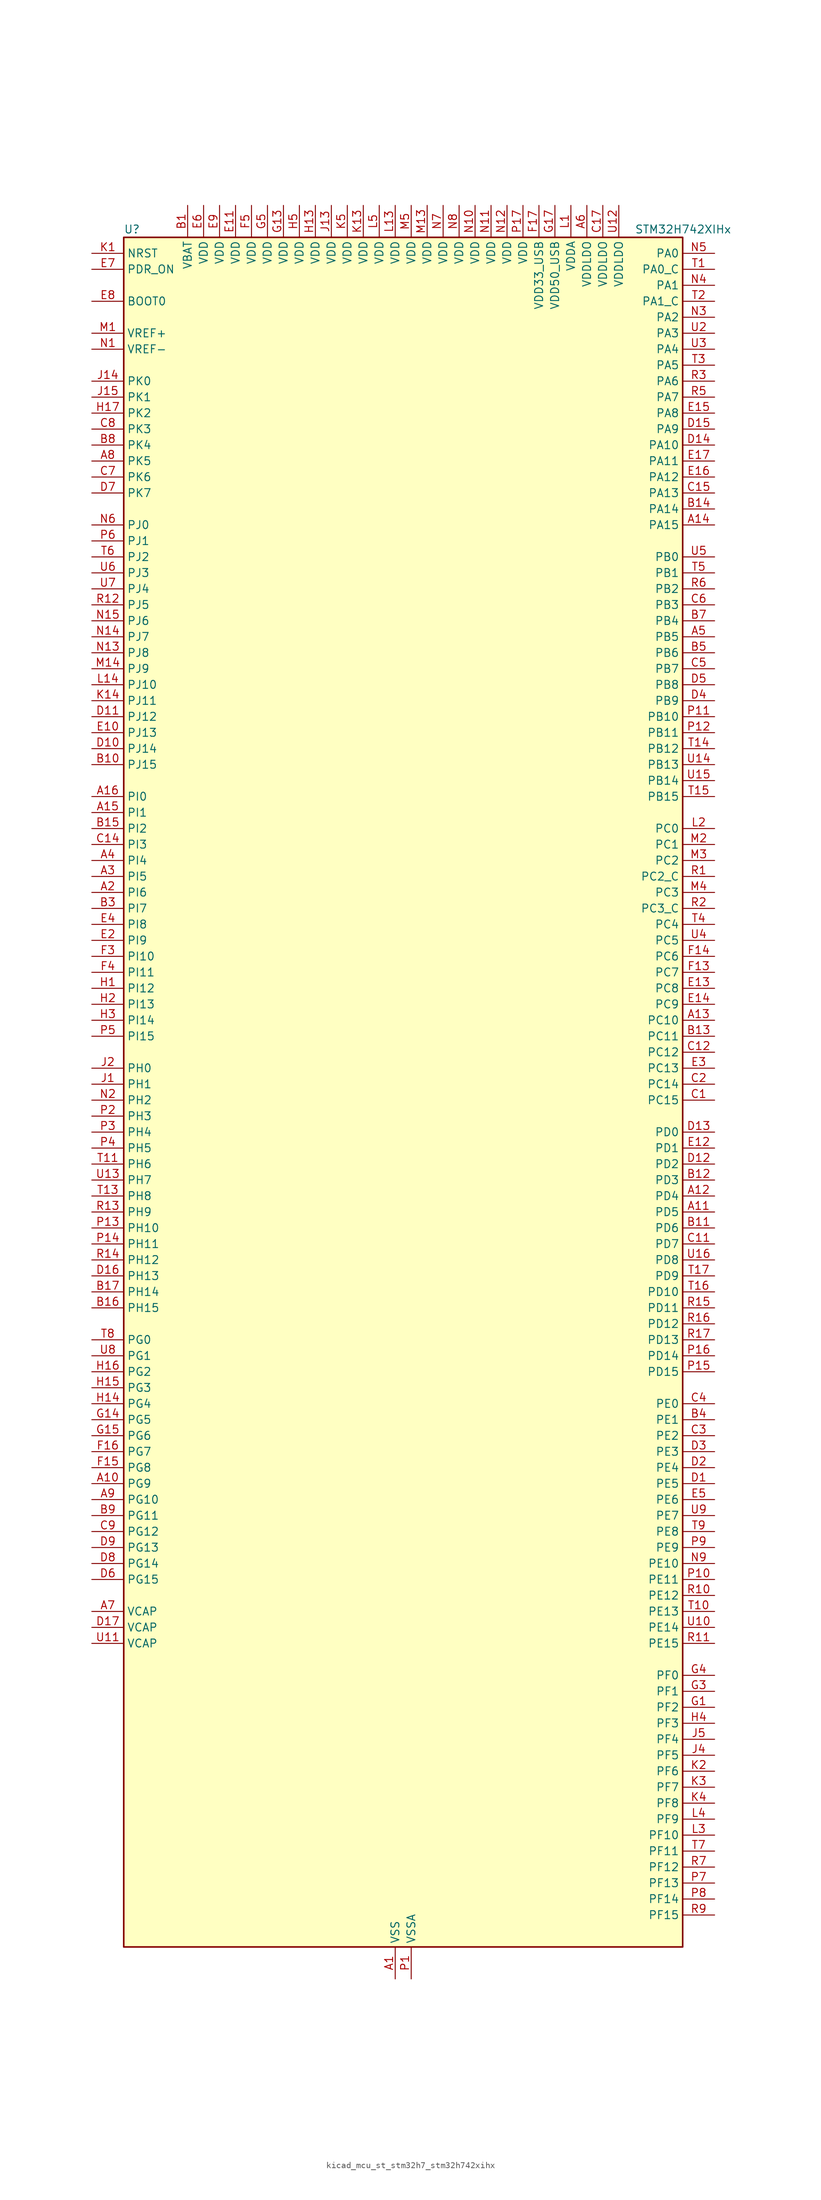
<source format=kicad_sym>
(kicad_symbol_lib
  (version 20220914)
  (generator kicad_symbol_editor)
  (symbol "kicad_mcu_st_stm32h7_stm32h742xihx"
    (property "Reference" "U"
      (at -43.18 138.43 0)
      (effects (font (size 1.27 1.27)) (justify left)))
    (property "Value" "STM32H742XIHx"
      (at 38.1 138.43 0)
      (effects (font (size 1.27 1.27)) (justify left)))
    (property "ki_locked" ""
      (at 0 0 0)
      (effects (font (size 1.27 1.27))))
    (symbol "kicad_mcu_st_stm32h7_stm32h742xihx_0_1"
      (rectangle (start -43.18 -134.62) (end 45.72 137.16) (stroke (width 0.254) (type default)) (fill (type background))))
    (symbol "kicad_mcu_st_stm32h7_stm32h742xihx_1_1"
      (pin power_in line (at 0 -139.7 90) (length 5.08) (name "VSS" (effects (font (size 1.27 1.27)))) (number "A1" (effects (font (size 1.27 1.27)))))
      (pin bidirectional line (at -48.26 -60.96 0) (length 5.08) (name "PG9" (effects (font (size 1.27 1.27)))) (number "A10" (effects (font (size 1.27 1.27)))) (alternate "DAC1_EXTI9" bidirectional line) (alternate "DCMI_VSYNC" bidirectional line) (alternate "FMC_NCE" bidirectional line) (alternate "FMC_NE2" bidirectional line) (alternate "I2S1_SDI" bidirectional line) (alternate "QUADSPI_BK2_IO2" bidirectional line) (alternate "SAI2_FS_B" bidirectional line) (alternate "SPDIFRX1_IN3" bidirectional line) (alternate "SPI1_MISO" bidirectional line) (alternate "USART6_RX" bidirectional line))
      (pin bidirectional line (at 50.8 -17.78 180) (length 5.08) (name "PD5" (effects (font (size 1.27 1.27)))) (number "A11" (effects (font (size 1.27 1.27)))) (alternate "FMC_NWE" bidirectional line) (alternate "HRTIM_EEV3" bidirectional line) (alternate "USART2_TX" bidirectional line))
      (pin bidirectional line (at 50.8 -15.24 180) (length 5.08) (name "PD4" (effects (font (size 1.27 1.27)))) (number "A12" (effects (font (size 1.27 1.27)))) (alternate "FMC_NOE" bidirectional line) (alternate "HRTIM_FLT3" bidirectional line) (alternate "SAI3_FS_A" bidirectional line) (alternate "USART2_DE" bidirectional line) (alternate "USART2_RTS" bidirectional line))
      (pin bidirectional line (at 50.8 12.7 180) (length 5.08) (name "PC10" (effects (font (size 1.27 1.27)))) (number "A13" (effects (font (size 1.27 1.27)))) (alternate "DCMI_D8" bidirectional line) (alternate "DFSDM1_CKIN5" bidirectional line) (alternate "HRTIM_EEV1" bidirectional line) (alternate "I2S3_CK" bidirectional line) (alternate "QUADSPI_BK1_IO1" bidirectional line) (alternate "SDMMC1_D2" bidirectional line) (alternate "SPI3_SCK" bidirectional line) (alternate "UART4_TX" bidirectional line) (alternate "USART3_TX" bidirectional line))
      (pin bidirectional line (at 50.8 91.44 180) (length 5.08) (name "PA15" (effects (font (size 1.27 1.27)))) (number "A14" (effects (font (size 1.27 1.27)))) (alternate "ADC1_EXTI15" bidirectional line) (alternate "ADC2_EXTI15" bidirectional line) (alternate "ADC3_EXTI15" bidirectional line) (alternate "CEC" bidirectional line) (alternate "DEBUG_JTDI" bidirectional line) (alternate "HRTIM_FLT1" bidirectional line) (alternate "I2S1_WS" bidirectional line) (alternate "I2S3_WS" bidirectional line) (alternate "SPI1_NSS" bidirectional line) (alternate "SPI3_NSS" bidirectional line) (alternate "SPI6_NSS" bidirectional line) (alternate "TIM2_CH1" bidirectional line) (alternate "TIM2_ETR" bidirectional line) (alternate "UART4_DE" bidirectional line) (alternate "UART4_RTS" bidirectional line) (alternate "UART7_TX" bidirectional line))
      (pin bidirectional line (at -48.26 45.72 0) (length 5.08) (name "PI1" (effects (font (size 1.27 1.27)))) (number "A15" (effects (font (size 1.27 1.27)))) (alternate "DCMI_D8" bidirectional line) (alternate "FMC_D25" bidirectional line) (alternate "I2S2_CK" bidirectional line) (alternate "SPI2_SCK" bidirectional line) (alternate "TIM8_BKIN2" bidirectional line) (alternate "TIM8_BKIN2_COMP1" bidirectional line) (alternate "TIM8_BKIN2_COMP2" bidirectional line))
      (pin bidirectional line (at -48.26 48.26 0) (length 5.08) (name "PI0" (effects (font (size 1.27 1.27)))) (number "A16" (effects (font (size 1.27 1.27)))) (alternate "DCMI_D13" bidirectional line) (alternate "FMC_D24" bidirectional line) (alternate "I2S2_WS" bidirectional line) (alternate "SPI2_NSS" bidirectional line) (alternate "TIM5_CH4" bidirectional line))
      (pin passive line (at 0 -139.7 90) (length 5.08) hide (name "VSS" (effects (font (size 1.27 1.27)))) (number "A17" (effects (font (size 1.27 1.27)))))
      (pin bidirectional line (at -48.26 33.02 0) (length 5.08) (name "PI6" (effects (font (size 1.27 1.27)))) (number "A2" (effects (font (size 1.27 1.27)))) (alternate "DCMI_D6" bidirectional line) (alternate "FMC_D28" bidirectional line) (alternate "SAI2_SD_A" bidirectional line) (alternate "TIM8_CH2" bidirectional line))
      (pin bidirectional line (at -48.26 35.56 0) (length 5.08) (name "PI5" (effects (font (size 1.27 1.27)))) (number "A3" (effects (font (size 1.27 1.27)))) (alternate "DCMI_VSYNC" bidirectional line) (alternate "FMC_NBL3" bidirectional line) (alternate "SAI2_SCK_A" bidirectional line) (alternate "TIM8_CH1" bidirectional line))
      (pin bidirectional line (at -48.26 38.1 0) (length 5.08) (name "PI4" (effects (font (size 1.27 1.27)))) (number "A4" (effects (font (size 1.27 1.27)))) (alternate "DCMI_D5" bidirectional line) (alternate "FMC_NBL2" bidirectional line) (alternate "SAI2_MCLK_A" bidirectional line) (alternate "TIM8_BKIN" bidirectional line) (alternate "TIM8_BKIN_COMP1" bidirectional line) (alternate "TIM8_BKIN_COMP2" bidirectional line))
      (pin bidirectional line (at 50.8 73.66 180) (length 5.08) (name "PB5" (effects (font (size 1.27 1.27)))) (number "A5" (effects (font (size 1.27 1.27)))) (alternate "DCMI_D10" bidirectional line) (alternate "ETH_PPS_OUT" bidirectional line) (alternate "FDCAN2_RX" bidirectional line) (alternate "FMC_SDCKE1" bidirectional line) (alternate "HRTIM_EEV7" bidirectional line) (alternate "I2C1_SMBA" bidirectional line) (alternate "I2C4_SMBA" bidirectional line) (alternate "I2S1_SDO" bidirectional line) (alternate "I2S3_SDO" bidirectional line) (alternate "SPI1_MOSI" bidirectional line) (alternate "SPI3_MOSI" bidirectional line) (alternate "SPI6_MOSI" bidirectional line) (alternate "TIM17_BKIN" bidirectional line) (alternate "TIM3_CH2" bidirectional line) (alternate "UART5_RX" bidirectional line) (alternate "USB_OTG_HS_ULPI_D7" bidirectional line))
      (pin power_in line (at 30.48 142.24 270) (length 5.08) (name "VDDLDO" (effects (font (size 1.27 1.27)))) (number "A6" (effects (font (size 1.27 1.27)))))
      (pin power_out line (at -48.26 -81.28 0) (length 5.08) (name "VCAP" (effects (font (size 1.27 1.27)))) (number "A7" (effects (font (size 1.27 1.27)))))
      (pin bidirectional line (at -48.26 101.6 0) (length 5.08) (name "PK5" (effects (font (size 1.27 1.27)))) (number "A8" (effects (font (size 1.27 1.27)))))
      (pin bidirectional line (at -48.26 -63.5 0) (length 5.08) (name "PG10" (effects (font (size 1.27 1.27)))) (number "A9" (effects (font (size 1.27 1.27)))) (alternate "DCMI_D2" bidirectional line) (alternate "FMC_NE3" bidirectional line) (alternate "HRTIM_FLT5" bidirectional line) (alternate "I2S1_WS" bidirectional line) (alternate "SAI2_SD_B" bidirectional line) (alternate "SPI1_NSS" bidirectional line))
      (pin power_in line (at -33.02 142.24 270) (length 5.08) (name "VBAT" (effects (font (size 1.27 1.27)))) (number "B1" (effects (font (size 1.27 1.27)))))
      (pin bidirectional line (at -48.26 53.34 0) (length 5.08) (name "PJ15" (effects (font (size 1.27 1.27)))) (number "B10" (effects (font (size 1.27 1.27)))) (alternate "ADC1_EXTI15" bidirectional line) (alternate "ADC2_EXTI15" bidirectional line) (alternate "ADC3_EXTI15" bidirectional line))
      (pin bidirectional line (at 50.8 -20.32 180) (length 5.08) (name "PD6" (effects (font (size 1.27 1.27)))) (number "B11" (effects (font (size 1.27 1.27)))) (alternate "DCMI_D10" bidirectional line) (alternate "DFSDM1_CKIN4" bidirectional line) (alternate "DFSDM1_DATIN1" bidirectional line) (alternate "FMC_NWAIT" bidirectional line) (alternate "I2S3_SDO" bidirectional line) (alternate "SAI1_D1" bidirectional line) (alternate "SAI1_SD_A" bidirectional line) (alternate "SAI4_D1" bidirectional line) (alternate "SAI4_SD_A" bidirectional line) (alternate "SDMMC2_CK" bidirectional line) (alternate "SPI3_MOSI" bidirectional line) (alternate "USART2_RX" bidirectional line))
      (pin bidirectional line (at 50.8 -12.7 180) (length 5.08) (name "PD3" (effects (font (size 1.27 1.27)))) (number "B12" (effects (font (size 1.27 1.27)))) (alternate "DCMI_D5" bidirectional line) (alternate "DFSDM1_CKOUT" bidirectional line) (alternate "FMC_CLK" bidirectional line) (alternate "I2S2_CK" bidirectional line) (alternate "SPI2_SCK" bidirectional line) (alternate "USART2_CTS" bidirectional line) (alternate "USART2_NSS" bidirectional line))
      (pin bidirectional line (at 50.8 10.16 180) (length 5.08) (name "PC11" (effects (font (size 1.27 1.27)))) (number "B13" (effects (font (size 1.27 1.27)))) (alternate "ADC1_EXTI11" bidirectional line) (alternate "ADC2_EXTI11" bidirectional line) (alternate "ADC3_EXTI11" bidirectional line) (alternate "DCMI_D4" bidirectional line) (alternate "DFSDM1_DATIN5" bidirectional line) (alternate "HRTIM_FLT2" bidirectional line) (alternate "I2S3_SDI" bidirectional line) (alternate "QUADSPI_BK2_NCS" bidirectional line) (alternate "SDMMC1_D3" bidirectional line) (alternate "SPI3_MISO" bidirectional line) (alternate "UART4_RX" bidirectional line) (alternate "USART3_RX" bidirectional line))
      (pin bidirectional line (at 50.8 93.98 180) (length 5.08) (name "PA14" (effects (font (size 1.27 1.27)))) (number "B14" (effects (font (size 1.27 1.27)))) (alternate "DEBUG_JTCK-SWCLK" bidirectional line))
      (pin bidirectional line (at -48.26 43.18 0) (length 5.08) (name "PI2" (effects (font (size 1.27 1.27)))) (number "B15" (effects (font (size 1.27 1.27)))) (alternate "DCMI_D9" bidirectional line) (alternate "FMC_D26" bidirectional line) (alternate "I2S2_SDI" bidirectional line) (alternate "SPI2_MISO" bidirectional line) (alternate "TIM8_CH4" bidirectional line))
      (pin bidirectional line (at -48.26 -33.02 0) (length 5.08) (name "PH15" (effects (font (size 1.27 1.27)))) (number "B16" (effects (font (size 1.27 1.27)))) (alternate "ADC1_EXTI15" bidirectional line) (alternate "ADC2_EXTI15" bidirectional line) (alternate "ADC3_EXTI15" bidirectional line) (alternate "DCMI_D11" bidirectional line) (alternate "FMC_D23" bidirectional line) (alternate "TIM8_CH3N" bidirectional line))
      (pin bidirectional line (at -48.26 -30.48 0) (length 5.08) (name "PH14" (effects (font (size 1.27 1.27)))) (number "B17" (effects (font (size 1.27 1.27)))) (alternate "DCMI_D4" bidirectional line) (alternate "FDCAN1_RX" bidirectional line) (alternate "FMC_D22" bidirectional line) (alternate "TIM8_CH2N" bidirectional line) (alternate "UART4_RX" bidirectional line))
      (pin passive line (at 0 -139.7 90) (length 5.08) hide (name "VSS" (effects (font (size 1.27 1.27)))) (number "B2" (effects (font (size 1.27 1.27)))))
      (pin bidirectional line (at -48.26 30.48 0) (length 5.08) (name "PI7" (effects (font (size 1.27 1.27)))) (number "B3" (effects (font (size 1.27 1.27)))) (alternate "DCMI_D7" bidirectional line) (alternate "FMC_D29" bidirectional line) (alternate "SAI2_FS_A" bidirectional line) (alternate "TIM8_CH3" bidirectional line))
      (pin bidirectional line (at 50.8 -50.8 180) (length 5.08) (name "PE1" (effects (font (size 1.27 1.27)))) (number "B4" (effects (font (size 1.27 1.27)))) (alternate "DCMI_D3" bidirectional line) (alternate "FMC_NBL1" bidirectional line) (alternate "HRTIM_SCOUT" bidirectional line) (alternate "LPTIM1_IN2" bidirectional line) (alternate "UART8_TX" bidirectional line))
      (pin bidirectional line (at 50.8 71.12 180) (length 5.08) (name "PB6" (effects (font (size 1.27 1.27)))) (number "B5" (effects (font (size 1.27 1.27)))) (alternate "CEC" bidirectional line) (alternate "DCMI_D5" bidirectional line) (alternate "DFSDM1_DATIN5" bidirectional line) (alternate "FDCAN2_TX" bidirectional line) (alternate "FMC_SDNE1" bidirectional line) (alternate "HRTIM_EEV8" bidirectional line) (alternate "I2C1_SCL" bidirectional line) (alternate "I2C4_SCL" bidirectional line) (alternate "LPUART1_TX" bidirectional line) (alternate "QUADSPI_BK1_NCS" bidirectional line) (alternate "TIM16_CH1N" bidirectional line) (alternate "TIM4_CH1" bidirectional line) (alternate "UART5_TX" bidirectional line) (alternate "USART1_TX" bidirectional line))
      (pin passive line (at 0 -139.7 90) (length 5.08) hide (name "VSS" (effects (font (size 1.27 1.27)))) (number "B6" (effects (font (size 1.27 1.27)))))
      (pin bidirectional line (at 50.8 76.2 180) (length 5.08) (name "PB4" (effects (font (size 1.27 1.27)))) (number "B7" (effects (font (size 1.27 1.27)))) (alternate "DEBUG_JTRST" bidirectional line) (alternate "HRTIM_EEV6" bidirectional line) (alternate "I2S1_SDI" bidirectional line) (alternate "I2S2_WS" bidirectional line) (alternate "I2S3_SDI" bidirectional line) (alternate "SDMMC2_D3" bidirectional line) (alternate "SPI1_MISO" bidirectional line) (alternate "SPI2_NSS" bidirectional line) (alternate "SPI3_MISO" bidirectional line) (alternate "SPI6_MISO" bidirectional line) (alternate "TIM16_BKIN" bidirectional line) (alternate "TIM3_CH1" bidirectional line) (alternate "UART7_TX" bidirectional line))
      (pin bidirectional line (at -48.26 104.14 0) (length 5.08) (name "PK4" (effects (font (size 1.27 1.27)))) (number "B8" (effects (font (size 1.27 1.27)))))
      (pin bidirectional line (at -48.26 -66.04 0) (length 5.08) (name "PG11" (effects (font (size 1.27 1.27)))) (number "B9" (effects (font (size 1.27 1.27)))) (alternate "ADC1_EXTI11" bidirectional line) (alternate "ADC2_EXTI11" bidirectional line) (alternate "ADC3_EXTI11" bidirectional line) (alternate "DCMI_D3" bidirectional line) (alternate "ETH_TX_EN" bidirectional line) (alternate "HRTIM_EEV4" bidirectional line) (alternate "I2S1_CK" bidirectional line) (alternate "LPTIM1_IN2" bidirectional line) (alternate "SDMMC2_D2" bidirectional line) (alternate "SPDIFRX1_IN0" bidirectional line) (alternate "SPI1_SCK" bidirectional line))
      (pin bidirectional line (at 50.8 0 180) (length 5.08) (name "PC15" (effects (font (size 1.27 1.27)))) (number "C1" (effects (font (size 1.27 1.27)))) (alternate "ADC1_EXTI15" bidirectional line) (alternate "ADC2_EXTI15" bidirectional line) (alternate "ADC3_EXTI15" bidirectional line) (alternate "RCC_OSC32_OUT" bidirectional line))
      (pin passive line (at 0 -139.7 90) (length 5.08) hide (name "VSS" (effects (font (size 1.27 1.27)))) (number "C10" (effects (font (size 1.27 1.27)))))
      (pin bidirectional line (at 50.8 -22.86 180) (length 5.08) (name "PD7" (effects (font (size 1.27 1.27)))) (number "C11" (effects (font (size 1.27 1.27)))) (alternate "DFSDM1_CKIN1" bidirectional line) (alternate "DFSDM1_DATIN4" bidirectional line) (alternate "FMC_NE1" bidirectional line) (alternate "I2S1_SDO" bidirectional line) (alternate "SDMMC2_CMD" bidirectional line) (alternate "SPDIFRX1_IN0" bidirectional line) (alternate "SPI1_MOSI" bidirectional line) (alternate "USART2_CK" bidirectional line))
      (pin bidirectional line (at 50.8 7.62 180) (length 5.08) (name "PC12" (effects (font (size 1.27 1.27)))) (number "C12" (effects (font (size 1.27 1.27)))) (alternate "DCMI_D9" bidirectional line) (alternate "DEBUG_TRACED3" bidirectional line) (alternate "HRTIM_EEV2" bidirectional line) (alternate "I2S3_SDO" bidirectional line) (alternate "SDMMC1_CK" bidirectional line) (alternate "SPI3_MOSI" bidirectional line) (alternate "UART5_TX" bidirectional line) (alternate "USART3_CK" bidirectional line))
      (pin passive line (at 0 -139.7 90) (length 5.08) hide (name "VSS" (effects (font (size 1.27 1.27)))) (number "C13" (effects (font (size 1.27 1.27)))))
      (pin bidirectional line (at -48.26 40.64 0) (length 5.08) (name "PI3" (effects (font (size 1.27 1.27)))) (number "C14" (effects (font (size 1.27 1.27)))) (alternate "DCMI_D10" bidirectional line) (alternate "FMC_D27" bidirectional line) (alternate "I2S2_SDO" bidirectional line) (alternate "SPI2_MOSI" bidirectional line) (alternate "TIM8_ETR" bidirectional line))
      (pin bidirectional line (at 50.8 96.52 180) (length 5.08) (name "PA13" (effects (font (size 1.27 1.27)))) (number "C15" (effects (font (size 1.27 1.27)))) (alternate "DEBUG_JTMS-SWDIO" bidirectional line))
      (pin passive line (at 0 -139.7 90) (length 5.08) hide (name "VSS" (effects (font (size 1.27 1.27)))) (number "C16" (effects (font (size 1.27 1.27)))))
      (pin power_in line (at 33.02 142.24 270) (length 5.08) (name "VDDLDO" (effects (font (size 1.27 1.27)))) (number "C17" (effects (font (size 1.27 1.27)))))
      (pin bidirectional line (at 50.8 2.54 180) (length 5.08) (name "PC14" (effects (font (size 1.27 1.27)))) (number "C2" (effects (font (size 1.27 1.27)))) (alternate "RCC_OSC32_IN" bidirectional line))
      (pin bidirectional line (at 50.8 -53.34 180) (length 5.08) (name "PE2" (effects (font (size 1.27 1.27)))) (number "C3" (effects (font (size 1.27 1.27)))) (alternate "DEBUG_TRACECLK" bidirectional line) (alternate "ETH_TXD3" bidirectional line) (alternate "FMC_A23" bidirectional line) (alternate "QUADSPI_BK1_IO2" bidirectional line) (alternate "SAI1_CK1" bidirectional line) (alternate "SAI1_MCLK_A" bidirectional line) (alternate "SAI4_CK1" bidirectional line) (alternate "SAI4_MCLK_A" bidirectional line) (alternate "SPI4_SCK" bidirectional line))
      (pin bidirectional line (at 50.8 -48.26 180) (length 5.08) (name "PE0" (effects (font (size 1.27 1.27)))) (number "C4" (effects (font (size 1.27 1.27)))) (alternate "DCMI_D2" bidirectional line) (alternate "FMC_NBL0" bidirectional line) (alternate "HRTIM_SCIN" bidirectional line) (alternate "LPTIM1_ETR" bidirectional line) (alternate "LPTIM2_ETR" bidirectional line) (alternate "SAI2_MCLK_A" bidirectional line) (alternate "TIM4_ETR" bidirectional line) (alternate "UART8_RX" bidirectional line))
      (pin bidirectional line (at 50.8 68.58 180) (length 5.08) (name "PB7" (effects (font (size 1.27 1.27)))) (number "C5" (effects (font (size 1.27 1.27)))) (alternate "DCMI_VSYNC" bidirectional line) (alternate "DFSDM1_CKIN5" bidirectional line) (alternate "FMC_NL" bidirectional line) (alternate "HRTIM_EEV9" bidirectional line) (alternate "I2C1_SDA" bidirectional line) (alternate "I2C4_SDA" bidirectional line) (alternate "LPUART1_RX" bidirectional line) (alternate "PWR_PVD_IN" bidirectional line) (alternate "TIM17_CH1N" bidirectional line) (alternate "TIM4_CH2" bidirectional line) (alternate "USART1_RX" bidirectional line))
      (pin bidirectional line (at 50.8 78.74 180) (length 5.08) (name "PB3" (effects (font (size 1.27 1.27)))) (number "C6" (effects (font (size 1.27 1.27)))) (alternate "CRS_SYNC" bidirectional line) (alternate "DEBUG_JTDO-SWO" bidirectional line) (alternate "HRTIM_FLT4" bidirectional line) (alternate "I2S1_CK" bidirectional line) (alternate "I2S3_CK" bidirectional line) (alternate "SDMMC2_D2" bidirectional line) (alternate "SPI1_SCK" bidirectional line) (alternate "SPI3_SCK" bidirectional line) (alternate "SPI6_SCK" bidirectional line) (alternate "TIM2_CH2" bidirectional line) (alternate "UART7_RX" bidirectional line))
      (pin bidirectional line (at -48.26 99.06 0) (length 5.08) (name "PK6" (effects (font (size 1.27 1.27)))) (number "C7" (effects (font (size 1.27 1.27)))))
      (pin bidirectional line (at -48.26 106.68 0) (length 5.08) (name "PK3" (effects (font (size 1.27 1.27)))) (number "C8" (effects (font (size 1.27 1.27)))))
      (pin bidirectional line (at -48.26 -68.58 0) (length 5.08) (name "PG12" (effects (font (size 1.27 1.27)))) (number "C9" (effects (font (size 1.27 1.27)))) (alternate "ETH_TXD1" bidirectional line) (alternate "FMC_NE4" bidirectional line) (alternate "HRTIM_EEV5" bidirectional line) (alternate "LPTIM1_IN1" bidirectional line) (alternate "SPDIFRX1_IN1" bidirectional line) (alternate "SPI6_MISO" bidirectional line) (alternate "USART6_DE" bidirectional line) (alternate "USART6_RTS" bidirectional line))
      (pin bidirectional line (at 50.8 -60.96 180) (length 5.08) (name "PE5" (effects (font (size 1.27 1.27)))) (number "D1" (effects (font (size 1.27 1.27)))) (alternate "DCMI_D6" bidirectional line) (alternate "DEBUG_TRACED2" bidirectional line) (alternate "DFSDM1_CKIN3" bidirectional line) (alternate "FMC_A21" bidirectional line) (alternate "SAI1_CK2" bidirectional line) (alternate "SAI1_SCK_A" bidirectional line) (alternate "SAI4_CK2" bidirectional line) (alternate "SAI4_SCK_A" bidirectional line) (alternate "SPI4_MISO" bidirectional line) (alternate "TIM15_CH1" bidirectional line))
      (pin bidirectional line (at -48.26 55.88 0) (length 5.08) (name "PJ14" (effects (font (size 1.27 1.27)))) (number "D10" (effects (font (size 1.27 1.27)))))
      (pin bidirectional line (at -48.26 60.96 0) (length 5.08) (name "PJ12" (effects (font (size 1.27 1.27)))) (number "D11" (effects (font (size 1.27 1.27)))) (alternate "DEBUG_TRGOUT" bidirectional line))
      (pin bidirectional line (at 50.8 -10.16 180) (length 5.08) (name "PD2" (effects (font (size 1.27 1.27)))) (number "D12" (effects (font (size 1.27 1.27)))) (alternate "DCMI_D11" bidirectional line) (alternate "DEBUG_TRACED2" bidirectional line) (alternate "SDMMC1_CMD" bidirectional line) (alternate "TIM3_ETR" bidirectional line) (alternate "UART5_RX" bidirectional line))
      (pin bidirectional line (at 50.8 -5.08 180) (length 5.08) (name "PD0" (effects (font (size 1.27 1.27)))) (number "D13" (effects (font (size 1.27 1.27)))) (alternate "DFSDM1_CKIN6" bidirectional line) (alternate "FDCAN1_RX" bidirectional line) (alternate "FMC_D2" bidirectional line) (alternate "FMC_DA2" bidirectional line) (alternate "SAI3_SCK_A" bidirectional line) (alternate "UART4_RX" bidirectional line))
      (pin bidirectional line (at 50.8 104.14 180) (length 5.08) (name "PA10" (effects (font (size 1.27 1.27)))) (number "D14" (effects (font (size 1.27 1.27)))) (alternate "DCMI_D1" bidirectional line) (alternate "HRTIM_CHC2" bidirectional line) (alternate "LPUART1_RX" bidirectional line) (alternate "MDIOS_MDIO" bidirectional line) (alternate "TIM1_CH3" bidirectional line) (alternate "USART1_RX" bidirectional line) (alternate "USB_OTG_FS_ID" bidirectional line))
      (pin bidirectional line (at 50.8 106.68 180) (length 5.08) (name "PA9" (effects (font (size 1.27 1.27)))) (number "D15" (effects (font (size 1.27 1.27)))) (alternate "DAC1_EXTI9" bidirectional line) (alternate "DCMI_D0" bidirectional line) (alternate "HRTIM_CHC1" bidirectional line) (alternate "I2C3_SMBA" bidirectional line) (alternate "I2S2_CK" bidirectional line) (alternate "LPUART1_TX" bidirectional line) (alternate "SPI2_SCK" bidirectional line) (alternate "TIM1_CH2" bidirectional line) (alternate "USART1_TX" bidirectional line) (alternate "USB_OTG_FS_VBUS" bidirectional line))
      (pin bidirectional line (at -48.26 -27.94 0) (length 5.08) (name "PH13" (effects (font (size 1.27 1.27)))) (number "D16" (effects (font (size 1.27 1.27)))) (alternate "FDCAN1_TX" bidirectional line) (alternate "FMC_D21" bidirectional line) (alternate "TIM8_CH1N" bidirectional line) (alternate "UART4_TX" bidirectional line))
      (pin power_out line (at -48.26 -83.82 0) (length 5.08) (name "VCAP" (effects (font (size 1.27 1.27)))) (number "D17" (effects (font (size 1.27 1.27)))))
      (pin bidirectional line (at 50.8 -58.42 180) (length 5.08) (name "PE4" (effects (font (size 1.27 1.27)))) (number "D2" (effects (font (size 1.27 1.27)))) (alternate "DCMI_D4" bidirectional line) (alternate "DEBUG_TRACED1" bidirectional line) (alternate "DFSDM1_DATIN3" bidirectional line) (alternate "FMC_A20" bidirectional line) (alternate "SAI1_D2" bidirectional line) (alternate "SAI1_FS_A" bidirectional line) (alternate "SAI4_D2" bidirectional line) (alternate "SAI4_FS_A" bidirectional line) (alternate "SPI4_NSS" bidirectional line) (alternate "TIM15_CH1N" bidirectional line))
      (pin bidirectional line (at 50.8 -55.88 180) (length 5.08) (name "PE3" (effects (font (size 1.27 1.27)))) (number "D3" (effects (font (size 1.27 1.27)))) (alternate "DEBUG_TRACED0" bidirectional line) (alternate "FMC_A19" bidirectional line) (alternate "SAI1_SD_B" bidirectional line) (alternate "SAI4_SD_B" bidirectional line) (alternate "TIM15_BKIN" bidirectional line))
      (pin bidirectional line (at 50.8 63.5 180) (length 5.08) (name "PB9" (effects (font (size 1.27 1.27)))) (number "D4" (effects (font (size 1.27 1.27)))) (alternate "DAC1_EXTI9" bidirectional line) (alternate "DCMI_D7" bidirectional line) (alternate "DFSDM1_DATIN7" bidirectional line) (alternate "FDCAN1_TX" bidirectional line) (alternate "I2C1_SDA" bidirectional line) (alternate "I2C4_SDA" bidirectional line) (alternate "I2C4_SMBA" bidirectional line) (alternate "I2S2_WS" bidirectional line) (alternate "SDMMC1_CDIR" bidirectional line) (alternate "SDMMC1_D5" bidirectional line) (alternate "SDMMC2_D5" bidirectional line) (alternate "SPI2_NSS" bidirectional line) (alternate "TIM17_CH1" bidirectional line) (alternate "TIM4_CH4" bidirectional line) (alternate "UART4_TX" bidirectional line))
      (pin bidirectional line (at 50.8 66.04 180) (length 5.08) (name "PB8" (effects (font (size 1.27 1.27)))) (number "D5" (effects (font (size 1.27 1.27)))) (alternate "DCMI_D6" bidirectional line) (alternate "DFSDM1_CKIN7" bidirectional line) (alternate "ETH_TXD3" bidirectional line) (alternate "FDCAN1_RX" bidirectional line) (alternate "I2C1_SCL" bidirectional line) (alternate "I2C4_SCL" bidirectional line) (alternate "SDMMC1_CKIN" bidirectional line) (alternate "SDMMC1_D4" bidirectional line) (alternate "SDMMC2_D4" bidirectional line) (alternate "TIM16_CH1" bidirectional line) (alternate "TIM4_CH3" bidirectional line) (alternate "UART4_RX" bidirectional line))
      (pin bidirectional line (at -48.26 -76.2 0) (length 5.08) (name "PG15" (effects (font (size 1.27 1.27)))) (number "D6" (effects (font (size 1.27 1.27)))) (alternate "ADC1_EXTI15" bidirectional line) (alternate "ADC2_EXTI15" bidirectional line) (alternate "ADC3_EXTI15" bidirectional line) (alternate "DCMI_D13" bidirectional line) (alternate "FMC_SDNCAS" bidirectional line) (alternate "USART6_CTS" bidirectional line) (alternate "USART6_NSS" bidirectional line))
      (pin bidirectional line (at -48.26 96.52 0) (length 5.08) (name "PK7" (effects (font (size 1.27 1.27)))) (number "D7" (effects (font (size 1.27 1.27)))))
      (pin bidirectional line (at -48.26 -73.66 0) (length 5.08) (name "PG14" (effects (font (size 1.27 1.27)))) (number "D8" (effects (font (size 1.27 1.27)))) (alternate "DEBUG_TRACED1" bidirectional line) (alternate "ETH_TXD1" bidirectional line) (alternate "FMC_A25" bidirectional line) (alternate "LPTIM1_ETR" bidirectional line) (alternate "QUADSPI_BK2_IO3" bidirectional line) (alternate "SPI6_MOSI" bidirectional line) (alternate "USART6_TX" bidirectional line))
      (pin bidirectional line (at -48.26 -71.12 0) (length 5.08) (name "PG13" (effects (font (size 1.27 1.27)))) (number "D9" (effects (font (size 1.27 1.27)))) (alternate "DEBUG_TRACED0" bidirectional line) (alternate "ETH_TXD0" bidirectional line) (alternate "FMC_A24" bidirectional line) (alternate "HRTIM_EEV10" bidirectional line) (alternate "LPTIM1_OUT" bidirectional line) (alternate "SPI6_SCK" bidirectional line) (alternate "USART6_CTS" bidirectional line) (alternate "USART6_NSS" bidirectional line))
      (pin no_connect line (at -43.18 -134.62 0) (length 5.08) hide (name "NC" (effects (font (size 1.27 1.27)))) (number "E1" (effects (font (size 1.27 1.27)))))
      (pin bidirectional line (at -48.26 58.42 0) (length 5.08) (name "PJ13" (effects (font (size 1.27 1.27)))) (number "E10" (effects (font (size 1.27 1.27)))))
      (pin power_in line (at -25.4 142.24 270) (length 5.08) (name "VDD" (effects (font (size 1.27 1.27)))) (number "E11" (effects (font (size 1.27 1.27)))))
      (pin bidirectional line (at 50.8 -7.62 180) (length 5.08) (name "PD1" (effects (font (size 1.27 1.27)))) (number "E12" (effects (font (size 1.27 1.27)))) (alternate "DFSDM1_DATIN6" bidirectional line) (alternate "FDCAN1_TX" bidirectional line) (alternate "FMC_D3" bidirectional line) (alternate "FMC_DA3" bidirectional line) (alternate "SAI3_SD_A" bidirectional line) (alternate "UART4_TX" bidirectional line))
      (pin bidirectional line (at 50.8 17.78 180) (length 5.08) (name "PC8" (effects (font (size 1.27 1.27)))) (number "E13" (effects (font (size 1.27 1.27)))) (alternate "DCMI_D2" bidirectional line) (alternate "DEBUG_TRACED1" bidirectional line) (alternate "FMC_NCE" bidirectional line) (alternate "FMC_NE2" bidirectional line) (alternate "HRTIM_CHB1" bidirectional line) (alternate "SDMMC1_D0" bidirectional line) (alternate "SWPMI1_RX" bidirectional line) (alternate "TIM3_CH3" bidirectional line) (alternate "TIM8_CH3" bidirectional line) (alternate "UART5_DE" bidirectional line) (alternate "UART5_RTS" bidirectional line) (alternate "USART6_CK" bidirectional line))
      (pin bidirectional line (at 50.8 15.24 180) (length 5.08) (name "PC9" (effects (font (size 1.27 1.27)))) (number "E14" (effects (font (size 1.27 1.27)))) (alternate "DAC1_EXTI9" bidirectional line) (alternate "DCMI_D3" bidirectional line) (alternate "I2C3_SDA" bidirectional line) (alternate "I2S_CKIN" bidirectional line) (alternate "QUADSPI_BK1_IO0" bidirectional line) (alternate "RCC_MCO_2" bidirectional line) (alternate "SDMMC1_D1" bidirectional line) (alternate "SWPMI1_SUSPEND" bidirectional line) (alternate "TIM3_CH4" bidirectional line) (alternate "TIM8_CH4" bidirectional line) (alternate "UART5_CTS" bidirectional line))
      (pin bidirectional line (at 50.8 109.22 180) (length 5.08) (name "PA8" (effects (font (size 1.27 1.27)))) (number "E15" (effects (font (size 1.27 1.27)))) (alternate "HRTIM_CHB2" bidirectional line) (alternate "I2C3_SCL" bidirectional line) (alternate "RCC_MCO_1" bidirectional line) (alternate "TIM1_CH1" bidirectional line) (alternate "TIM8_BKIN2" bidirectional line) (alternate "TIM8_BKIN2_COMP1" bidirectional line) (alternate "TIM8_BKIN2_COMP2" bidirectional line) (alternate "UART7_RX" bidirectional line) (alternate "USART1_CK" bidirectional line) (alternate "USB_OTG_FS_SOF" bidirectional line))
      (pin bidirectional line (at 50.8 99.06 180) (length 5.08) (name "PA12" (effects (font (size 1.27 1.27)))) (number "E16" (effects (font (size 1.27 1.27)))) (alternate "FDCAN1_TX" bidirectional line) (alternate "HRTIM_CHD2" bidirectional line) (alternate "I2S2_CK" bidirectional line) (alternate "LPUART1_DE" bidirectional line) (alternate "LPUART1_RTS" bidirectional line) (alternate "SAI2_FS_B" bidirectional line) (alternate "SPI2_SCK" bidirectional line) (alternate "TIM1_ETR" bidirectional line) (alternate "UART4_TX" bidirectional line) (alternate "USART1_DE" bidirectional line) (alternate "USART1_RTS" bidirectional line) (alternate "USB_OTG_FS_DP" bidirectional line))
      (pin bidirectional line (at 50.8 101.6 180) (length 5.08) (name "PA11" (effects (font (size 1.27 1.27)))) (number "E17" (effects (font (size 1.27 1.27)))) (alternate "ADC1_EXTI11" bidirectional line) (alternate "ADC2_EXTI11" bidirectional line) (alternate "ADC3_EXTI11" bidirectional line) (alternate "FDCAN1_RX" bidirectional line) (alternate "HRTIM_CHD1" bidirectional line) (alternate "I2S2_WS" bidirectional line) (alternate "LPUART1_CTS" bidirectional line) (alternate "SPI2_NSS" bidirectional line) (alternate "TIM1_CH4" bidirectional line) (alternate "UART4_RX" bidirectional line) (alternate "USART1_CTS" bidirectional line) (alternate "USART1_NSS" bidirectional line) (alternate "USB_OTG_FS_DM" bidirectional line))
      (pin bidirectional line (at -48.26 25.4 0) (length 5.08) (name "PI9" (effects (font (size 1.27 1.27)))) (number "E2" (effects (font (size 1.27 1.27)))) (alternate "DAC1_EXTI9" bidirectional line) (alternate "FDCAN1_RX" bidirectional line) (alternate "FMC_D30" bidirectional line) (alternate "UART4_RX" bidirectional line))
      (pin bidirectional line (at 50.8 5.08 180) (length 5.08) (name "PC13" (effects (font (size 1.27 1.27)))) (number "E3" (effects (font (size 1.27 1.27)))) (alternate "PWR_WKUP2" bidirectional line) (alternate "RTC_OUT_ALARM" bidirectional line) (alternate "RTC_OUT_CALIB" bidirectional line) (alternate "RTC_TAMP1" bidirectional line) (alternate "RTC_TS" bidirectional line))
      (pin bidirectional line (at -48.26 27.94 0) (length 5.08) (name "PI8" (effects (font (size 1.27 1.27)))) (number "E4" (effects (font (size 1.27 1.27)))) (alternate "PWR_WKUP3" bidirectional line) (alternate "RTC_TAMP2" bidirectional line))
      (pin bidirectional line (at 50.8 -63.5 180) (length 5.08) (name "PE6" (effects (font (size 1.27 1.27)))) (number "E5" (effects (font (size 1.27 1.27)))) (alternate "DCMI_D7" bidirectional line) (alternate "DEBUG_TRACED3" bidirectional line) (alternate "FMC_A22" bidirectional line) (alternate "SAI1_D1" bidirectional line) (alternate "SAI1_SD_A" bidirectional line) (alternate "SAI2_MCLK_B" bidirectional line) (alternate "SAI4_D1" bidirectional line) (alternate "SAI4_SD_A" bidirectional line) (alternate "SPI4_MOSI" bidirectional line) (alternate "TIM15_CH2" bidirectional line) (alternate "TIM1_BKIN2" bidirectional line) (alternate "TIM1_BKIN2_COMP1" bidirectional line) (alternate "TIM1_BKIN2_COMP2" bidirectional line))
      (pin power_in line (at -30.48 142.24 270) (length 5.08) (name "VDD" (effects (font (size 1.27 1.27)))) (number "E6" (effects (font (size 1.27 1.27)))))
      (pin input line (at -48.26 132.08 0) (length 5.08) (name "PDR_ON" (effects (font (size 1.27 1.27)))) (number "E7" (effects (font (size 1.27 1.27)))))
      (pin input line (at -48.26 127 0) (length 5.08) (name "BOOT0" (effects (font (size 1.27 1.27)))) (number "E8" (effects (font (size 1.27 1.27)))))
      (pin power_in line (at -27.94 142.24 270) (length 5.08) (name "VDD" (effects (font (size 1.27 1.27)))) (number "E9" (effects (font (size 1.27 1.27)))))
      (pin passive line (at 0 -139.7 90) (length 5.08) hide (name "VSS" (effects (font (size 1.27 1.27)))) (number "F1" (effects (font (size 1.27 1.27)))))
      (pin bidirectional line (at 50.8 20.32 180) (length 5.08) (name "PC7" (effects (font (size 1.27 1.27)))) (number "F13" (effects (font (size 1.27 1.27)))) (alternate "DCMI_D1" bidirectional line) (alternate "DEBUG_TRGIO" bidirectional line) (alternate "DFSDM1_DATIN3" bidirectional line) (alternate "FMC_NE1" bidirectional line) (alternate "HRTIM_CHA2" bidirectional line) (alternate "I2S3_MCK" bidirectional line) (alternate "SDMMC1_D123DIR" bidirectional line) (alternate "SDMMC1_D7" bidirectional line) (alternate "SDMMC2_D7" bidirectional line) (alternate "SWPMI1_TX" bidirectional line) (alternate "TIM3_CH2" bidirectional line) (alternate "TIM8_CH2" bidirectional line) (alternate "USART6_RX" bidirectional line))
      (pin bidirectional line (at 50.8 22.86 180) (length 5.08) (name "PC6" (effects (font (size 1.27 1.27)))) (number "F14" (effects (font (size 1.27 1.27)))) (alternate "DCMI_D0" bidirectional line) (alternate "DFSDM1_CKIN3" bidirectional line) (alternate "FMC_NWAIT" bidirectional line) (alternate "HRTIM_CHA1" bidirectional line) (alternate "I2S2_MCK" bidirectional line) (alternate "SDMMC1_D0DIR" bidirectional line) (alternate "SDMMC1_D6" bidirectional line) (alternate "SDMMC2_D6" bidirectional line) (alternate "SWPMI1_IO" bidirectional line) (alternate "TIM3_CH1" bidirectional line) (alternate "TIM8_CH1" bidirectional line) (alternate "USART6_TX" bidirectional line))
      (pin bidirectional line (at -48.26 -58.42 0) (length 5.08) (name "PG8" (effects (font (size 1.27 1.27)))) (number "F15" (effects (font (size 1.27 1.27)))) (alternate "ETH_PPS_OUT" bidirectional line) (alternate "FMC_SDCLK" bidirectional line) (alternate "SPDIFRX1_IN2" bidirectional line) (alternate "SPI6_NSS" bidirectional line) (alternate "TIM8_ETR" bidirectional line) (alternate "USART6_DE" bidirectional line) (alternate "USART6_RTS" bidirectional line))
      (pin bidirectional line (at -48.26 -55.88 0) (length 5.08) (name "PG7" (effects (font (size 1.27 1.27)))) (number "F16" (effects (font (size 1.27 1.27)))) (alternate "DCMI_D13" bidirectional line) (alternate "FMC_INT" bidirectional line) (alternate "HRTIM_CHE2" bidirectional line) (alternate "SAI1_MCLK_A" bidirectional line) (alternate "USART6_CK" bidirectional line))
      (pin power_in line (at 22.86 142.24 270) (length 5.08) (name "VDD33_USB" (effects (font (size 1.27 1.27)))) (number "F17" (effects (font (size 1.27 1.27)))))
      (pin passive line (at 0 -139.7 90) (length 5.08) hide (name "VSS" (effects (font (size 1.27 1.27)))) (number "F2" (effects (font (size 1.27 1.27)))))
      (pin bidirectional line (at -48.26 22.86 0) (length 5.08) (name "PI10" (effects (font (size 1.27 1.27)))) (number "F3" (effects (font (size 1.27 1.27)))) (alternate "ETH_RX_ER" bidirectional line) (alternate "FMC_D31" bidirectional line))
      (pin bidirectional line (at -48.26 20.32 0) (length 5.08) (name "PI11" (effects (font (size 1.27 1.27)))) (number "F4" (effects (font (size 1.27 1.27)))) (alternate "ADC1_EXTI11" bidirectional line) (alternate "ADC2_EXTI11" bidirectional line) (alternate "ADC3_EXTI11" bidirectional line) (alternate "PWR_WKUP4" bidirectional line) (alternate "USB_OTG_HS_ULPI_DIR" bidirectional line))
      (pin power_in line (at -22.86 142.24 270) (length 5.08) (name "VDD" (effects (font (size 1.27 1.27)))) (number "F5" (effects (font (size 1.27 1.27)))))
      (pin bidirectional line (at 50.8 -96.52 180) (length 5.08) (name "PF2" (effects (font (size 1.27 1.27)))) (number "G1" (effects (font (size 1.27 1.27)))) (alternate "FMC_A2" bidirectional line) (alternate "I2C2_SMBA" bidirectional line))
      (pin passive line (at 0 -139.7 90) (length 5.08) hide (name "VSS" (effects (font (size 1.27 1.27)))) (number "G10" (effects (font (size 1.27 1.27)))))
      (pin passive line (at 0 -139.7 90) (length 5.08) hide (name "VSS" (effects (font (size 1.27 1.27)))) (number "G11" (effects (font (size 1.27 1.27)))))
      (pin power_in line (at -17.78 142.24 270) (length 5.08) (name "VDD" (effects (font (size 1.27 1.27)))) (number "G13" (effects (font (size 1.27 1.27)))))
      (pin bidirectional line (at -48.26 -50.8 0) (length 5.08) (name "PG5" (effects (font (size 1.27 1.27)))) (number "G14" (effects (font (size 1.27 1.27)))) (alternate "FMC_A15" bidirectional line) (alternate "FMC_BA1" bidirectional line) (alternate "TIM1_ETR" bidirectional line))
      (pin bidirectional line (at -48.26 -53.34 0) (length 5.08) (name "PG6" (effects (font (size 1.27 1.27)))) (number "G15" (effects (font (size 1.27 1.27)))) (alternate "DCMI_D12" bidirectional line) (alternate "FMC_NE3" bidirectional line) (alternate "HRTIM_CHE1" bidirectional line) (alternate "QUADSPI_BK1_NCS" bidirectional line) (alternate "TIM17_BKIN" bidirectional line))
      (pin passive line (at 0 -139.7 90) (length 5.08) hide (name "VSS" (effects (font (size 1.27 1.27)))) (number "G16" (effects (font (size 1.27 1.27)))))
      (pin power_in line (at 25.4 142.24 270) (length 5.08) (name "VDD50_USB" (effects (font (size 1.27 1.27)))) (number "G17" (effects (font (size 1.27 1.27)))))
      (pin passive line (at 0 -139.7 90) (length 5.08) hide (name "VSS" (effects (font (size 1.27 1.27)))) (number "G2" (effects (font (size 1.27 1.27)))))
      (pin bidirectional line (at 50.8 -93.98 180) (length 5.08) (name "PF1" (effects (font (size 1.27 1.27)))) (number "G3" (effects (font (size 1.27 1.27)))) (alternate "FMC_A1" bidirectional line) (alternate "I2C2_SCL" bidirectional line))
      (pin bidirectional line (at 50.8 -91.44 180) (length 5.08) (name "PF0" (effects (font (size 1.27 1.27)))) (number "G4" (effects (font (size 1.27 1.27)))) (alternate "FMC_A0" bidirectional line) (alternate "I2C2_SDA" bidirectional line))
      (pin power_in line (at -20.32 142.24 270) (length 5.08) (name "VDD" (effects (font (size 1.27 1.27)))) (number "G5" (effects (font (size 1.27 1.27)))))
      (pin passive line (at 0 -139.7 90) (length 5.08) hide (name "VSS" (effects (font (size 1.27 1.27)))) (number "G7" (effects (font (size 1.27 1.27)))))
      (pin passive line (at 0 -139.7 90) (length 5.08) hide (name "VSS" (effects (font (size 1.27 1.27)))) (number "G8" (effects (font (size 1.27 1.27)))))
      (pin passive line (at 0 -139.7 90) (length 5.08) hide (name "VSS" (effects (font (size 1.27 1.27)))) (number "G9" (effects (font (size 1.27 1.27)))))
      (pin bidirectional line (at -48.26 17.78 0) (length 5.08) (name "PI12" (effects (font (size 1.27 1.27)))) (number "H1" (effects (font (size 1.27 1.27)))))
      (pin passive line (at 0 -139.7 90) (length 5.08) hide (name "VSS" (effects (font (size 1.27 1.27)))) (number "H10" (effects (font (size 1.27 1.27)))))
      (pin passive line (at 0 -139.7 90) (length 5.08) hide (name "VSS" (effects (font (size 1.27 1.27)))) (number "H11" (effects (font (size 1.27 1.27)))))
      (pin power_in line (at -12.7 142.24 270) (length 5.08) (name "VDD" (effects (font (size 1.27 1.27)))) (number "H13" (effects (font (size 1.27 1.27)))))
      (pin bidirectional line (at -48.26 -48.26 0) (length 5.08) (name "PG4" (effects (font (size 1.27 1.27)))) (number "H14" (effects (font (size 1.27 1.27)))) (alternate "FMC_A14" bidirectional line) (alternate "FMC_BA0" bidirectional line) (alternate "TIM1_BKIN2" bidirectional line) (alternate "TIM1_BKIN2_COMP1" bidirectional line) (alternate "TIM1_BKIN2_COMP2" bidirectional line))
      (pin bidirectional line (at -48.26 -45.72 0) (length 5.08) (name "PG3" (effects (font (size 1.27 1.27)))) (number "H15" (effects (font (size 1.27 1.27)))) (alternate "FMC_A13" bidirectional line) (alternate "TIM8_BKIN2" bidirectional line) (alternate "TIM8_BKIN2_COMP1" bidirectional line) (alternate "TIM8_BKIN2_COMP2" bidirectional line))
      (pin bidirectional line (at -48.26 -43.18 0) (length 5.08) (name "PG2" (effects (font (size 1.27 1.27)))) (number "H16" (effects (font (size 1.27 1.27)))) (alternate "FMC_A12" bidirectional line) (alternate "TIM8_BKIN" bidirectional line) (alternate "TIM8_BKIN_COMP1" bidirectional line) (alternate "TIM8_BKIN_COMP2" bidirectional line))
      (pin bidirectional line (at -48.26 109.22 0) (length 5.08) (name "PK2" (effects (font (size 1.27 1.27)))) (number "H17" (effects (font (size 1.27 1.27)))) (alternate "TIM1_BKIN" bidirectional line) (alternate "TIM1_BKIN_COMP1" bidirectional line) (alternate "TIM1_BKIN_COMP2" bidirectional line) (alternate "TIM8_BKIN" bidirectional line) (alternate "TIM8_BKIN_COMP1" bidirectional line) (alternate "TIM8_BKIN_COMP2" bidirectional line))
      (pin bidirectional line (at -48.26 15.24 0) (length 5.08) (name "PI13" (effects (font (size 1.27 1.27)))) (number "H2" (effects (font (size 1.27 1.27)))))
      (pin bidirectional line (at -48.26 12.7 0) (length 5.08) (name "PI14" (effects (font (size 1.27 1.27)))) (number "H3" (effects (font (size 1.27 1.27)))))
      (pin bidirectional line (at 50.8 -99.06 180) (length 5.08) (name "PF3" (effects (font (size 1.27 1.27)))) (number "H4" (effects (font (size 1.27 1.27)))) (alternate "ADC3_INP5" bidirectional line) (alternate "FMC_A3" bidirectional line))
      (pin power_in line (at -15.24 142.24 270) (length 5.08) (name "VDD" (effects (font (size 1.27 1.27)))) (number "H5" (effects (font (size 1.27 1.27)))))
      (pin passive line (at 0 -139.7 90) (length 5.08) hide (name "VSS" (effects (font (size 1.27 1.27)))) (number "H7" (effects (font (size 1.27 1.27)))))
      (pin passive line (at 0 -139.7 90) (length 5.08) hide (name "VSS" (effects (font (size 1.27 1.27)))) (number "H8" (effects (font (size 1.27 1.27)))))
      (pin passive line (at 0 -139.7 90) (length 5.08) hide (name "VSS" (effects (font (size 1.27 1.27)))) (number "H9" (effects (font (size 1.27 1.27)))))
      (pin bidirectional line (at -48.26 2.54 0) (length 5.08) (name "PH1" (effects (font (size 1.27 1.27)))) (number "J1" (effects (font (size 1.27 1.27)))) (alternate "RCC_OSC_OUT" bidirectional line))
      (pin passive line (at 0 -139.7 90) (length 5.08) hide (name "VSS" (effects (font (size 1.27 1.27)))) (number "J10" (effects (font (size 1.27 1.27)))))
      (pin passive line (at 0 -139.7 90) (length 5.08) hide (name "VSS" (effects (font (size 1.27 1.27)))) (number "J11" (effects (font (size 1.27 1.27)))))
      (pin power_in line (at -10.16 142.24 270) (length 5.08) (name "VDD" (effects (font (size 1.27 1.27)))) (number "J13" (effects (font (size 1.27 1.27)))))
      (pin bidirectional line (at -48.26 114.3 0) (length 5.08) (name "PK0" (effects (font (size 1.27 1.27)))) (number "J14" (effects (font (size 1.27 1.27)))) (alternate "SPI5_SCK" bidirectional line) (alternate "TIM1_CH1N" bidirectional line) (alternate "TIM8_CH3" bidirectional line))
      (pin bidirectional line (at -48.26 111.76 0) (length 5.08) (name "PK1" (effects (font (size 1.27 1.27)))) (number "J15" (effects (font (size 1.27 1.27)))) (alternate "SPI5_NSS" bidirectional line) (alternate "TIM1_CH1" bidirectional line) (alternate "TIM8_CH3N" bidirectional line))
      (pin passive line (at 0 -139.7 90) (length 5.08) hide (name "VSS" (effects (font (size 1.27 1.27)))) (number "J16" (effects (font (size 1.27 1.27)))))
      (pin passive line (at 0 -139.7 90) (length 5.08) hide (name "VSS" (effects (font (size 1.27 1.27)))) (number "J17" (effects (font (size 1.27 1.27)))))
      (pin bidirectional line (at -48.26 5.08 0) (length 5.08) (name "PH0" (effects (font (size 1.27 1.27)))) (number "J2" (effects (font (size 1.27 1.27)))) (alternate "RCC_OSC_IN" bidirectional line))
      (pin passive line (at 0 -139.7 90) (length 5.08) hide (name "VSS" (effects (font (size 1.27 1.27)))) (number "J3" (effects (font (size 1.27 1.27)))))
      (pin bidirectional line (at 50.8 -104.14 180) (length 5.08) (name "PF5" (effects (font (size 1.27 1.27)))) (number "J4" (effects (font (size 1.27 1.27)))) (alternate "ADC3_INP4" bidirectional line) (alternate "FMC_A5" bidirectional line))
      (pin bidirectional line (at 50.8 -101.6 180) (length 5.08) (name "PF4" (effects (font (size 1.27 1.27)))) (number "J5" (effects (font (size 1.27 1.27)))) (alternate "ADC3_INN5" bidirectional line) (alternate "ADC3_INP9" bidirectional line) (alternate "FMC_A4" bidirectional line))
      (pin passive line (at 0 -139.7 90) (length 5.08) hide (name "VSS" (effects (font (size 1.27 1.27)))) (number "J7" (effects (font (size 1.27 1.27)))))
      (pin passive line (at 0 -139.7 90) (length 5.08) hide (name "VSS" (effects (font (size 1.27 1.27)))) (number "J8" (effects (font (size 1.27 1.27)))))
      (pin passive line (at 0 -139.7 90) (length 5.08) hide (name "VSS" (effects (font (size 1.27 1.27)))) (number "J9" (effects (font (size 1.27 1.27)))))
      (pin input line (at -48.26 134.62 0) (length 5.08) (name "NRST" (effects (font (size 1.27 1.27)))) (number "K1" (effects (font (size 1.27 1.27)))))
      (pin passive line (at 0 -139.7 90) (length 5.08) hide (name "VSS" (effects (font (size 1.27 1.27)))) (number "K10" (effects (font (size 1.27 1.27)))))
      (pin passive line (at 0 -139.7 90) (length 5.08) hide (name "VSS" (effects (font (size 1.27 1.27)))) (number "K11" (effects (font (size 1.27 1.27)))))
      (pin power_in line (at -5.08 142.24 270) (length 5.08) (name "VDD" (effects (font (size 1.27 1.27)))) (number "K13" (effects (font (size 1.27 1.27)))))
      (pin bidirectional line (at -48.26 63.5 0) (length 5.08) (name "PJ11" (effects (font (size 1.27 1.27)))) (number "K14" (effects (font (size 1.27 1.27)))) (alternate "ADC1_EXTI11" bidirectional line) (alternate "ADC2_EXTI11" bidirectional line) (alternate "ADC3_EXTI11" bidirectional line) (alternate "SPI5_MISO" bidirectional line) (alternate "TIM1_CH2" bidirectional line) (alternate "TIM8_CH2N" bidirectional line))
      (pin passive line (at 0 -139.7 90) (length 5.08) hide (name "VSS" (effects (font (size 1.27 1.27)))) (number "K15" (effects (font (size 1.27 1.27)))))
      (pin no_connect line (at -43.18 -132.08 0) (length 5.08) hide (name "NC" (effects (font (size 1.27 1.27)))) (number "K16" (effects (font (size 1.27 1.27)))))
      (pin no_connect line (at -43.18 -129.54 0) (length 5.08) hide (name "NC" (effects (font (size 1.27 1.27)))) (number "K17" (effects (font (size 1.27 1.27)))))
      (pin bidirectional line (at 50.8 -106.68 180) (length 5.08) (name "PF6" (effects (font (size 1.27 1.27)))) (number "K2" (effects (font (size 1.27 1.27)))) (alternate "ADC3_INN4" bidirectional line) (alternate "ADC3_INP8" bidirectional line) (alternate "QUADSPI_BK1_IO3" bidirectional line) (alternate "SAI1_SD_B" bidirectional line) (alternate "SAI4_SD_B" bidirectional line) (alternate "SPI5_NSS" bidirectional line) (alternate "TIM16_CH1" bidirectional line) (alternate "UART7_RX" bidirectional line))
      (pin bidirectional line (at 50.8 -109.22 180) (length 5.08) (name "PF7" (effects (font (size 1.27 1.27)))) (number "K3" (effects (font (size 1.27 1.27)))) (alternate "ADC3_INP3" bidirectional line) (alternate "QUADSPI_BK1_IO2" bidirectional line) (alternate "SAI1_MCLK_B" bidirectional line) (alternate "SAI4_MCLK_B" bidirectional line) (alternate "SPI5_SCK" bidirectional line) (alternate "TIM17_CH1" bidirectional line) (alternate "UART7_TX" bidirectional line))
      (pin bidirectional line (at 50.8 -111.76 180) (length 5.08) (name "PF8" (effects (font (size 1.27 1.27)))) (number "K4" (effects (font (size 1.27 1.27)))) (alternate "ADC3_INN3" bidirectional line) (alternate "ADC3_INP7" bidirectional line) (alternate "QUADSPI_BK1_IO0" bidirectional line) (alternate "SAI1_SCK_B" bidirectional line) (alternate "SAI4_SCK_B" bidirectional line) (alternate "SPI5_MISO" bidirectional line) (alternate "TIM13_CH1" bidirectional line) (alternate "TIM16_CH1N" bidirectional line) (alternate "UART7_DE" bidirectional line) (alternate "UART7_RTS" bidirectional line))
      (pin power_in line (at -7.62 142.24 270) (length 5.08) (name "VDD" (effects (font (size 1.27 1.27)))) (number "K5" (effects (font (size 1.27 1.27)))))
      (pin passive line (at 0 -139.7 90) (length 5.08) hide (name "VSS" (effects (font (size 1.27 1.27)))) (number "K7" (effects (font (size 1.27 1.27)))))
      (pin passive line (at 0 -139.7 90) (length 5.08) hide (name "VSS" (effects (font (size 1.27 1.27)))) (number "K8" (effects (font (size 1.27 1.27)))))
      (pin passive line (at 0 -139.7 90) (length 5.08) hide (name "VSS" (effects (font (size 1.27 1.27)))) (number "K9" (effects (font (size 1.27 1.27)))))
      (pin power_in line (at 27.94 142.24 270) (length 5.08) (name "VDDA" (effects (font (size 1.27 1.27)))) (number "L1" (effects (font (size 1.27 1.27)))))
      (pin passive line (at 0 -139.7 90) (length 5.08) hide (name "VSS" (effects (font (size 1.27 1.27)))) (number "L10" (effects (font (size 1.27 1.27)))))
      (pin passive line (at 0 -139.7 90) (length 5.08) hide (name "VSS" (effects (font (size 1.27 1.27)))) (number "L11" (effects (font (size 1.27 1.27)))))
      (pin power_in line (at 0 142.24 270) (length 5.08) (name "VDD" (effects (font (size 1.27 1.27)))) (number "L13" (effects (font (size 1.27 1.27)))))
      (pin bidirectional line (at -48.26 66.04 0) (length 5.08) (name "PJ10" (effects (font (size 1.27 1.27)))) (number "L14" (effects (font (size 1.27 1.27)))) (alternate "SPI5_MOSI" bidirectional line) (alternate "TIM1_CH2N" bidirectional line) (alternate "TIM8_CH2" bidirectional line))
      (pin passive line (at 0 -139.7 90) (length 5.08) hide (name "VSS" (effects (font (size 1.27 1.27)))) (number "L15" (effects (font (size 1.27 1.27)))))
      (pin no_connect line (at -43.18 -127 0) (length 5.08) hide (name "NC" (effects (font (size 1.27 1.27)))) (number "L16" (effects (font (size 1.27 1.27)))))
      (pin no_connect line (at -43.18 -124.46 0) (length 5.08) hide (name "NC" (effects (font (size 1.27 1.27)))) (number "L17" (effects (font (size 1.27 1.27)))))
      (pin bidirectional line (at 50.8 43.18 180) (length 5.08) (name "PC0" (effects (font (size 1.27 1.27)))) (number "L2" (effects (font (size 1.27 1.27)))) (alternate "ADC1_INP10" bidirectional line) (alternate "ADC2_INP10" bidirectional line) (alternate "ADC3_INP10" bidirectional line) (alternate "DFSDM1_CKIN0" bidirectional line) (alternate "DFSDM1_DATIN4" bidirectional line) (alternate "FMC_SDNWE" bidirectional line) (alternate "SAI2_FS_B" bidirectional line) (alternate "USB_OTG_HS_ULPI_STP" bidirectional line))
      (pin bidirectional line (at 50.8 -116.84 180) (length 5.08) (name "PF10" (effects (font (size 1.27 1.27)))) (number "L3" (effects (font (size 1.27 1.27)))) (alternate "ADC3_INN2" bidirectional line) (alternate "ADC3_INP6" bidirectional line) (alternate "DCMI_D11" bidirectional line) (alternate "QUADSPI_CLK" bidirectional line) (alternate "SAI1_D3" bidirectional line) (alternate "SAI4_D3" bidirectional line) (alternate "TIM16_BKIN" bidirectional line))
      (pin bidirectional line (at 50.8 -114.3 180) (length 5.08) (name "PF9" (effects (font (size 1.27 1.27)))) (number "L4" (effects (font (size 1.27 1.27)))) (alternate "ADC3_INP2" bidirectional line) (alternate "DAC1_EXTI9" bidirectional line) (alternate "QUADSPI_BK1_IO1" bidirectional line) (alternate "SAI1_FS_B" bidirectional line) (alternate "SAI4_FS_B" bidirectional line) (alternate "SPI5_MOSI" bidirectional line) (alternate "TIM14_CH1" bidirectional line) (alternate "TIM17_CH1N" bidirectional line) (alternate "UART7_CTS" bidirectional line))
      (pin power_in line (at -2.54 142.24 270) (length 5.08) (name "VDD" (effects (font (size 1.27 1.27)))) (number "L5" (effects (font (size 1.27 1.27)))))
      (pin passive line (at 0 -139.7 90) (length 5.08) hide (name "VSS" (effects (font (size 1.27 1.27)))) (number "L7" (effects (font (size 1.27 1.27)))))
      (pin passive line (at 0 -139.7 90) (length 5.08) hide (name "VSS" (effects (font (size 1.27 1.27)))) (number "L8" (effects (font (size 1.27 1.27)))))
      (pin passive line (at 0 -139.7 90) (length 5.08) hide (name "VSS" (effects (font (size 1.27 1.27)))) (number "L9" (effects (font (size 1.27 1.27)))))
      (pin input line (at -48.26 121.92 0) (length 5.08) (name "VREF+" (effects (font (size 1.27 1.27)))) (number "M1" (effects (font (size 1.27 1.27)))) (alternate "VREFBUF_OUT" bidirectional line))
      (pin power_in line (at 5.08 142.24 270) (length 5.08) (name "VDD" (effects (font (size 1.27 1.27)))) (number "M13" (effects (font (size 1.27 1.27)))))
      (pin bidirectional line (at -48.26 68.58 0) (length 5.08) (name "PJ9" (effects (font (size 1.27 1.27)))) (number "M14" (effects (font (size 1.27 1.27)))) (alternate "DAC1_EXTI9" bidirectional line) (alternate "TIM1_CH3" bidirectional line) (alternate "TIM8_CH1N" bidirectional line) (alternate "UART8_RX" bidirectional line))
      (pin passive line (at 0 -139.7 90) (length 5.08) hide (name "VSS" (effects (font (size 1.27 1.27)))) (number "M15" (effects (font (size 1.27 1.27)))))
      (pin no_connect line (at -43.18 -121.92 0) (length 5.08) hide (name "NC" (effects (font (size 1.27 1.27)))) (number "M16" (effects (font (size 1.27 1.27)))))
      (pin no_connect line (at -43.18 -119.38 0) (length 5.08) hide (name "NC" (effects (font (size 1.27 1.27)))) (number "M17" (effects (font (size 1.27 1.27)))))
      (pin bidirectional line (at 50.8 40.64 180) (length 5.08) (name "PC1" (effects (font (size 1.27 1.27)))) (number "M2" (effects (font (size 1.27 1.27)))) (alternate "ADC1_INN10" bidirectional line) (alternate "ADC1_INP11" bidirectional line) (alternate "ADC2_INN10" bidirectional line) (alternate "ADC2_INP11" bidirectional line) (alternate "ADC3_INN10" bidirectional line) (alternate "ADC3_INP11" bidirectional line) (alternate "DEBUG_TRACED0" bidirectional line) (alternate "DFSDM1_CKIN4" bidirectional line) (alternate "DFSDM1_DATIN0" bidirectional line) (alternate "ETH_MDC" bidirectional line) (alternate "I2S2_SDO" bidirectional line) (alternate "MDIOS_MDC" bidirectional line) (alternate "PWR_WKUP5" bidirectional line) (alternate "RTC_TAMP3" bidirectional line) (alternate "SAI1_D1" bidirectional line) (alternate "SAI1_SD_A" bidirectional line) (alternate "SAI4_D1" bidirectional line) (alternate "SAI4_SD_A" bidirectional line) (alternate "SDMMC2_CK" bidirectional line) (alternate "SPI2_MOSI" bidirectional line))
      (pin bidirectional line (at 50.8 38.1 180) (length 5.08) (name "PC2" (effects (font (size 1.27 1.27)))) (number "M3" (effects (font (size 1.27 1.27)))) (alternate "ADC1_INN11" bidirectional line) (alternate "ADC1_INP12" bidirectional line) (alternate "ADC2_INN11" bidirectional line) (alternate "ADC2_INP12" bidirectional line) (alternate "ADC3_INN11" bidirectional line) (alternate "ADC3_INP12" bidirectional line) (alternate "DFSDM1_CKIN1" bidirectional line) (alternate "DFSDM1_CKOUT" bidirectional line) (alternate "ETH_TXD2" bidirectional line) (alternate "FMC_SDNE0" bidirectional line) (alternate "I2S2_SDI" bidirectional line) (alternate "PWR_CSTOP" bidirectional line) (alternate "SPI2_MISO" bidirectional line) (alternate "USB_OTG_HS_ULPI_DIR" bidirectional line))
      (pin bidirectional line (at 50.8 33.02 180) (length 5.08) (name "PC3" (effects (font (size 1.27 1.27)))) (number "M4" (effects (font (size 1.27 1.27)))) (alternate "ADC1_INN12" bidirectional line) (alternate "ADC1_INP13" bidirectional line) (alternate "ADC2_INN12" bidirectional line) (alternate "ADC2_INP13" bidirectional line) (alternate "DFSDM1_DATIN1" bidirectional line) (alternate "ETH_TX_CLK" bidirectional line) (alternate "FMC_SDCKE0" bidirectional line) (alternate "I2S2_SDO" bidirectional line) (alternate "PWR_CSLEEP" bidirectional line) (alternate "SPI2_MOSI" bidirectional line) (alternate "USB_OTG_HS_ULPI_NXT" bidirectional line))
      (pin power_in line (at 2.54 142.24 270) (length 5.08) (name "VDD" (effects (font (size 1.27 1.27)))) (number "M5" (effects (font (size 1.27 1.27)))))
      (pin input line (at -48.26 119.38 0) (length 5.08) (name "VREF-" (effects (font (size 1.27 1.27)))) (number "N1" (effects (font (size 1.27 1.27)))))
      (pin power_in line (at 12.7 142.24 270) (length 5.08) (name "VDD" (effects (font (size 1.27 1.27)))) (number "N10" (effects (font (size 1.27 1.27)))))
      (pin power_in line (at 15.24 142.24 270) (length 5.08) (name "VDD" (effects (font (size 1.27 1.27)))) (number "N11" (effects (font (size 1.27 1.27)))))
      (pin power_in line (at 17.78 142.24 270) (length 5.08) (name "VDD" (effects (font (size 1.27 1.27)))) (number "N12" (effects (font (size 1.27 1.27)))))
      (pin bidirectional line (at -48.26 71.12 0) (length 5.08) (name "PJ8" (effects (font (size 1.27 1.27)))) (number "N13" (effects (font (size 1.27 1.27)))) (alternate "TIM1_CH3N" bidirectional line) (alternate "TIM8_CH1" bidirectional line) (alternate "UART8_TX" bidirectional line))
      (pin bidirectional line (at -48.26 73.66 0) (length 5.08) (name "PJ7" (effects (font (size 1.27 1.27)))) (number "N14" (effects (font (size 1.27 1.27)))) (alternate "DEBUG_TRGIN" bidirectional line) (alternate "TIM8_CH2N" bidirectional line))
      (pin bidirectional line (at -48.26 76.2 0) (length 5.08) (name "PJ6" (effects (font (size 1.27 1.27)))) (number "N15" (effects (font (size 1.27 1.27)))) (alternate "TIM8_CH2" bidirectional line))
      (pin passive line (at 0 -139.7 90) (length 5.08) hide (name "VSS" (effects (font (size 1.27 1.27)))) (number "N16" (effects (font (size 1.27 1.27)))))
      (pin no_connect line (at -43.18 -116.84 0) (length 5.08) hide (name "NC" (effects (font (size 1.27 1.27)))) (number "N17" (effects (font (size 1.27 1.27)))))
      (pin bidirectional line (at -48.26 0 0) (length 5.08) (name "PH2" (effects (font (size 1.27 1.27)))) (number "N2" (effects (font (size 1.27 1.27)))) (alternate "ADC3_INP13" bidirectional line) (alternate "ETH_CRS" bidirectional line) (alternate "FMC_SDCKE0" bidirectional line) (alternate "LPTIM1_IN2" bidirectional line) (alternate "QUADSPI_BK2_IO0" bidirectional line) (alternate "SAI2_SCK_B" bidirectional line))
      (pin bidirectional line (at 50.8 124.46 180) (length 5.08) (name "PA2" (effects (font (size 1.27 1.27)))) (number "N3" (effects (font (size 1.27 1.27)))) (alternate "ADC1_INP14" bidirectional line) (alternate "ADC2_INP14" bidirectional line) (alternate "ETH_MDIO" bidirectional line) (alternate "LPTIM4_OUT" bidirectional line) (alternate "MDIOS_MDIO" bidirectional line) (alternate "PWR_WKUP1" bidirectional line) (alternate "SAI2_SCK_B" bidirectional line) (alternate "TIM15_CH1" bidirectional line) (alternate "TIM2_CH3" bidirectional line) (alternate "TIM5_CH3" bidirectional line) (alternate "USART2_TX" bidirectional line))
      (pin bidirectional line (at 50.8 129.54 180) (length 5.08) (name "PA1" (effects (font (size 1.27 1.27)))) (number "N4" (effects (font (size 1.27 1.27)))) (alternate "ADC1_INN16" bidirectional line) (alternate "ADC1_INP17" bidirectional line) (alternate "ETH_REF_CLK" bidirectional line) (alternate "ETH_RX_CLK" bidirectional line) (alternate "LPTIM3_OUT" bidirectional line) (alternate "QUADSPI_BK1_IO3" bidirectional line) (alternate "SAI2_MCLK_B" bidirectional line) (alternate "TIM15_CH1N" bidirectional line) (alternate "TIM2_CH2" bidirectional line) (alternate "TIM5_CH2" bidirectional line) (alternate "UART4_RX" bidirectional line) (alternate "USART2_DE" bidirectional line) (alternate "USART2_RTS" bidirectional line))
      (pin bidirectional line (at 50.8 134.62 180) (length 5.08) (name "PA0" (effects (font (size 1.27 1.27)))) (number "N5" (effects (font (size 1.27 1.27)))) (alternate "ADC1_INP16" bidirectional line) (alternate "ETH_CRS" bidirectional line) (alternate "PWR_WKUP0" bidirectional line) (alternate "SAI2_SD_B" bidirectional line) (alternate "SDMMC2_CMD" bidirectional line) (alternate "TIM15_BKIN" bidirectional line) (alternate "TIM2_CH1" bidirectional line) (alternate "TIM2_ETR" bidirectional line) (alternate "TIM5_CH1" bidirectional line) (alternate "TIM8_ETR" bidirectional line) (alternate "UART4_TX" bidirectional line) (alternate "USART2_CTS" bidirectional line) (alternate "USART2_NSS" bidirectional line))
      (pin bidirectional line (at -48.26 91.44 0) (length 5.08) (name "PJ0" (effects (font (size 1.27 1.27)))) (number "N6" (effects (font (size 1.27 1.27)))))
      (pin power_in line (at 7.62 142.24 270) (length 5.08) (name "VDD" (effects (font (size 1.27 1.27)))) (number "N7" (effects (font (size 1.27 1.27)))))
      (pin power_in line (at 10.16 142.24 270) (length 5.08) (name "VDD" (effects (font (size 1.27 1.27)))) (number "N8" (effects (font (size 1.27 1.27)))))
      (pin bidirectional line (at 50.8 -73.66 180) (length 5.08) (name "PE10" (effects (font (size 1.27 1.27)))) (number "N9" (effects (font (size 1.27 1.27)))) (alternate "COMP2_INM" bidirectional line) (alternate "DFSDM1_DATIN4" bidirectional line) (alternate "FMC_D7" bidirectional line) (alternate "FMC_DA7" bidirectional line) (alternate "QUADSPI_BK2_IO3" bidirectional line) (alternate "TIM1_CH2N" bidirectional line) (alternate "UART7_CTS" bidirectional line))
      (pin power_in line (at 2.54 -139.7 90) (length 5.08) (name "VSSA" (effects (font (size 1.27 1.27)))) (number "P1" (effects (font (size 1.27 1.27)))))
      (pin bidirectional line (at 50.8 -76.2 180) (length 5.08) (name "PE11" (effects (font (size 1.27 1.27)))) (number "P10" (effects (font (size 1.27 1.27)))) (alternate "ADC1_EXTI11" bidirectional line) (alternate "ADC2_EXTI11" bidirectional line) (alternate "ADC3_EXTI11" bidirectional line) (alternate "COMP2_INP" bidirectional line) (alternate "DFSDM1_CKIN4" bidirectional line) (alternate "FMC_D8" bidirectional line) (alternate "FMC_DA8" bidirectional line) (alternate "SAI2_SD_B" bidirectional line) (alternate "SPI4_NSS" bidirectional line) (alternate "TIM1_CH2" bidirectional line))
      (pin bidirectional line (at 50.8 60.96 180) (length 5.08) (name "PB10" (effects (font (size 1.27 1.27)))) (number "P11" (effects (font (size 1.27 1.27)))) (alternate "DFSDM1_DATIN7" bidirectional line) (alternate "ETH_RX_ER" bidirectional line) (alternate "HRTIM_SCOUT" bidirectional line) (alternate "I2C2_SCL" bidirectional line) (alternate "I2S2_CK" bidirectional line) (alternate "LPTIM2_IN1" bidirectional line) (alternate "QUADSPI_BK1_NCS" bidirectional line) (alternate "SPI2_SCK" bidirectional line) (alternate "TIM2_CH3" bidirectional line) (alternate "USART3_TX" bidirectional line) (alternate "USB_OTG_HS_ULPI_D3" bidirectional line))
      (pin bidirectional line (at 50.8 58.42 180) (length 5.08) (name "PB11" (effects (font (size 1.27 1.27)))) (number "P12" (effects (font (size 1.27 1.27)))) (alternate "ADC1_EXTI11" bidirectional line) (alternate "ADC2_EXTI11" bidirectional line) (alternate "ADC3_EXTI11" bidirectional line) (alternate "DFSDM1_CKIN7" bidirectional line) (alternate "ETH_TX_EN" bidirectional line) (alternate "HRTIM_SCIN" bidirectional line) (alternate "I2C2_SDA" bidirectional line) (alternate "LPTIM2_ETR" bidirectional line) (alternate "TIM2_CH4" bidirectional line) (alternate "USART3_RX" bidirectional line) (alternate "USB_OTG_HS_ULPI_D4" bidirectional line))
      (pin bidirectional line (at -48.26 -20.32 0) (length 5.08) (name "PH10" (effects (font (size 1.27 1.27)))) (number "P13" (effects (font (size 1.27 1.27)))) (alternate "DCMI_D1" bidirectional line) (alternate "FMC_D18" bidirectional line) (alternate "I2C4_SMBA" bidirectional line) (alternate "TIM5_CH1" bidirectional line))
      (pin bidirectional line (at -48.26 -22.86 0) (length 5.08) (name "PH11" (effects (font (size 1.27 1.27)))) (number "P14" (effects (font (size 1.27 1.27)))) (alternate "ADC1_EXTI11" bidirectional line) (alternate "ADC2_EXTI11" bidirectional line) (alternate "ADC3_EXTI11" bidirectional line) (alternate "DCMI_D2" bidirectional line) (alternate "FMC_D19" bidirectional line) (alternate "I2C4_SCL" bidirectional line) (alternate "TIM5_CH2" bidirectional line))
      (pin bidirectional line (at 50.8 -43.18 180) (length 5.08) (name "PD15" (effects (font (size 1.27 1.27)))) (number "P15" (effects (font (size 1.27 1.27)))) (alternate "ADC1_EXTI15" bidirectional line) (alternate "ADC2_EXTI15" bidirectional line) (alternate "ADC3_EXTI15" bidirectional line) (alternate "FMC_D1" bidirectional line) (alternate "FMC_DA1" bidirectional line) (alternate "SAI3_MCLK_A" bidirectional line) (alternate "TIM4_CH4" bidirectional line) (alternate "UART8_DE" bidirectional line) (alternate "UART8_RTS" bidirectional line))
      (pin bidirectional line (at 50.8 -40.64 180) (length 5.08) (name "PD14" (effects (font (size 1.27 1.27)))) (number "P16" (effects (font (size 1.27 1.27)))) (alternate "FMC_D0" bidirectional line) (alternate "FMC_DA0" bidirectional line) (alternate "SAI3_MCLK_B" bidirectional line) (alternate "TIM4_CH3" bidirectional line) (alternate "UART8_CTS" bidirectional line))
      (pin power_in line (at 20.32 142.24 270) (length 5.08) (name "VDD" (effects (font (size 1.27 1.27)))) (number "P17" (effects (font (size 1.27 1.27)))))
      (pin bidirectional line (at -48.26 -2.54 0) (length 5.08) (name "PH3" (effects (font (size 1.27 1.27)))) (number "P2" (effects (font (size 1.27 1.27)))) (alternate "ADC3_INN13" bidirectional line) (alternate "ADC3_INP14" bidirectional line) (alternate "ETH_COL" bidirectional line) (alternate "FMC_SDNE0" bidirectional line) (alternate "QUADSPI_BK2_IO1" bidirectional line) (alternate "SAI2_MCLK_B" bidirectional line))
      (pin bidirectional line (at -48.26 -5.08 0) (length 5.08) (name "PH4" (effects (font (size 1.27 1.27)))) (number "P3" (effects (font (size 1.27 1.27)))) (alternate "ADC3_INN14" bidirectional line) (alternate "ADC3_INP15" bidirectional line) (alternate "I2C2_SCL" bidirectional line) (alternate "USB_OTG_HS_ULPI_NXT" bidirectional line))
      (pin bidirectional line (at -48.26 -7.62 0) (length 5.08) (name "PH5" (effects (font (size 1.27 1.27)))) (number "P4" (effects (font (size 1.27 1.27)))) (alternate "ADC3_INN15" bidirectional line) (alternate "ADC3_INP16" bidirectional line) (alternate "FMC_SDNWE" bidirectional line) (alternate "I2C2_SDA" bidirectional line) (alternate "SPI5_NSS" bidirectional line))
      (pin bidirectional line (at -48.26 10.16 0) (length 5.08) (name "PI15" (effects (font (size 1.27 1.27)))) (number "P5" (effects (font (size 1.27 1.27)))) (alternate "ADC1_EXTI15" bidirectional line) (alternate "ADC2_EXTI15" bidirectional line) (alternate "ADC3_EXTI15" bidirectional line))
      (pin bidirectional line (at -48.26 88.9 0) (length 5.08) (name "PJ1" (effects (font (size 1.27 1.27)))) (number "P6" (effects (font (size 1.27 1.27)))))
      (pin bidirectional line (at 50.8 -124.46 180) (length 5.08) (name "PF13" (effects (font (size 1.27 1.27)))) (number "P7" (effects (font (size 1.27 1.27)))) (alternate "ADC2_INP2" bidirectional line) (alternate "DFSDM1_DATIN6" bidirectional line) (alternate "FMC_A7" bidirectional line) (alternate "I2C4_SMBA" bidirectional line))
      (pin bidirectional line (at 50.8 -127 180) (length 5.08) (name "PF14" (effects (font (size 1.27 1.27)))) (number "P8" (effects (font (size 1.27 1.27)))) (alternate "ADC2_INN2" bidirectional line) (alternate "ADC2_INP6" bidirectional line) (alternate "DFSDM1_CKIN6" bidirectional line) (alternate "FMC_A8" bidirectional line) (alternate "I2C4_SCL" bidirectional line))
      (pin bidirectional line (at 50.8 -71.12 180) (length 5.08) (name "PE9" (effects (font (size 1.27 1.27)))) (number "P9" (effects (font (size 1.27 1.27)))) (alternate "COMP2_INP" bidirectional line) (alternate "DAC1_EXTI9" bidirectional line) (alternate "DFSDM1_CKOUT" bidirectional line) (alternate "FMC_D6" bidirectional line) (alternate "FMC_DA6" bidirectional line) (alternate "OPAMP2_VINP" bidirectional line) (alternate "QUADSPI_BK2_IO2" bidirectional line) (alternate "TIM1_CH1" bidirectional line) (alternate "UART7_DE" bidirectional line) (alternate "UART7_RTS" bidirectional line))
      (pin bidirectional line (at 50.8 35.56 180) (length 5.08) (name "PC2_C" (effects (font (size 1.27 1.27)))) (number "R1" (effects (font (size 1.27 1.27)))) (alternate "ADC3_INN1" bidirectional line) (alternate "ADC3_INP0" bidirectional line) (alternate "DFSDM1_CKIN1" bidirectional line) (alternate "DFSDM1_CKOUT" bidirectional line) (alternate "ETH_TXD2" bidirectional line) (alternate "FMC_SDNE0" bidirectional line) (alternate "I2S2_SDI" bidirectional line) (alternate "PWR_CSTOP" bidirectional line) (alternate "SPI2_MISO" bidirectional line) (alternate "USB_OTG_HS_ULPI_DIR" bidirectional line))
      (pin bidirectional line (at 50.8 -78.74 180) (length 5.08) (name "PE12" (effects (font (size 1.27 1.27)))) (number "R10" (effects (font (size 1.27 1.27)))) (alternate "COMP1_OUT" bidirectional line) (alternate "DFSDM1_DATIN5" bidirectional line) (alternate "FMC_D9" bidirectional line) (alternate "FMC_DA9" bidirectional line) (alternate "SAI2_SCK_B" bidirectional line) (alternate "SPI4_SCK" bidirectional line) (alternate "TIM1_CH3N" bidirectional line))
      (pin bidirectional line (at 50.8 -86.36 180) (length 5.08) (name "PE15" (effects (font (size 1.27 1.27)))) (number "R11" (effects (font (size 1.27 1.27)))) (alternate "ADC1_EXTI15" bidirectional line) (alternate "ADC2_EXTI15" bidirectional line) (alternate "ADC3_EXTI15" bidirectional line) (alternate "FMC_D12" bidirectional line) (alternate "FMC_DA12" bidirectional line) (alternate "TIM1_BKIN" bidirectional line) (alternate "TIM1_BKIN_COMP1" bidirectional line) (alternate "TIM1_BKIN_COMP2" bidirectional line))
      (pin bidirectional line (at -48.26 78.74 0) (length 5.08) (name "PJ5" (effects (font (size 1.27 1.27)))) (number "R12" (effects (font (size 1.27 1.27)))))
      (pin bidirectional line (at -48.26 -17.78 0) (length 5.08) (name "PH9" (effects (font (size 1.27 1.27)))) (number "R13" (effects (font (size 1.27 1.27)))) (alternate "DAC1_EXTI9" bidirectional line) (alternate "DCMI_D0" bidirectional line) (alternate "FMC_D17" bidirectional line) (alternate "I2C3_SMBA" bidirectional line) (alternate "TIM12_CH2" bidirectional line))
      (pin bidirectional line (at -48.26 -25.4 0) (length 5.08) (name "PH12" (effects (font (size 1.27 1.27)))) (number "R14" (effects (font (size 1.27 1.27)))) (alternate "DCMI_D3" bidirectional line) (alternate "FMC_D20" bidirectional line) (alternate "I2C4_SDA" bidirectional line) (alternate "TIM5_CH3" bidirectional line))
      (pin bidirectional line (at 50.8 -33.02 180) (length 5.08) (name "PD11" (effects (font (size 1.27 1.27)))) (number "R15" (effects (font (size 1.27 1.27)))) (alternate "ADC1_EXTI11" bidirectional line) (alternate "ADC2_EXTI11" bidirectional line) (alternate "ADC3_EXTI11" bidirectional line) (alternate "FMC_A16" bidirectional line) (alternate "FMC_CLE" bidirectional line) (alternate "I2C4_SMBA" bidirectional line) (alternate "LPTIM2_IN2" bidirectional line) (alternate "QUADSPI_BK1_IO0" bidirectional line) (alternate "SAI2_SD_A" bidirectional line) (alternate "USART3_CTS" bidirectional line) (alternate "USART3_NSS" bidirectional line))
      (pin bidirectional line (at 50.8 -35.56 180) (length 5.08) (name "PD12" (effects (font (size 1.27 1.27)))) (number "R16" (effects (font (size 1.27 1.27)))) (alternate "FMC_A17" bidirectional line) (alternate "FMC_ALE" bidirectional line) (alternate "I2C4_SCL" bidirectional line) (alternate "LPTIM1_IN1" bidirectional line) (alternate "LPTIM2_IN1" bidirectional line) (alternate "QUADSPI_BK1_IO1" bidirectional line) (alternate "SAI2_FS_A" bidirectional line) (alternate "TIM4_CH1" bidirectional line) (alternate "USART3_DE" bidirectional line) (alternate "USART3_RTS" bidirectional line))
      (pin bidirectional line (at 50.8 -38.1 180) (length 5.08) (name "PD13" (effects (font (size 1.27 1.27)))) (number "R17" (effects (font (size 1.27 1.27)))) (alternate "FMC_A18" bidirectional line) (alternate "I2C4_SDA" bidirectional line) (alternate "LPTIM1_OUT" bidirectional line) (alternate "QUADSPI_BK1_IO3" bidirectional line) (alternate "SAI2_SCK_A" bidirectional line) (alternate "TIM4_CH2" bidirectional line))
      (pin bidirectional line (at 50.8 30.48 180) (length 5.08) (name "PC3_C" (effects (font (size 1.27 1.27)))) (number "R2" (effects (font (size 1.27 1.27)))) (alternate "ADC3_INP1" bidirectional line) (alternate "DFSDM1_DATIN1" bidirectional line) (alternate "ETH_TX_CLK" bidirectional line) (alternate "FMC_SDCKE0" bidirectional line) (alternate "I2S2_SDO" bidirectional line) (alternate "PWR_CSLEEP" bidirectional line) (alternate "SPI2_MOSI" bidirectional line) (alternate "USB_OTG_HS_ULPI_NXT" bidirectional line))
      (pin bidirectional line (at 50.8 114.3 180) (length 5.08) (name "PA6" (effects (font (size 1.27 1.27)))) (number "R3" (effects (font (size 1.27 1.27)))) (alternate "ADC1_INP3" bidirectional line) (alternate "ADC2_INP3" bidirectional line) (alternate "DCMI_PIXCLK" bidirectional line) (alternate "I2S1_SDI" bidirectional line) (alternate "MDIOS_MDC" bidirectional line) (alternate "SPI1_MISO" bidirectional line) (alternate "SPI6_MISO" bidirectional line) (alternate "TIM13_CH1" bidirectional line) (alternate "TIM1_BKIN" bidirectional line) (alternate "TIM1_BKIN_COMP1" bidirectional line) (alternate "TIM1_BKIN_COMP2" bidirectional line) (alternate "TIM3_CH1" bidirectional line) (alternate "TIM8_BKIN" bidirectional line) (alternate "TIM8_BKIN_COMP1" bidirectional line) (alternate "TIM8_BKIN_COMP2" bidirectional line))
      (pin passive line (at 0 -139.7 90) (length 5.08) hide (name "VSS" (effects (font (size 1.27 1.27)))) (number "R4" (effects (font (size 1.27 1.27)))))
      (pin bidirectional line (at 50.8 111.76 180) (length 5.08) (name "PA7" (effects (font (size 1.27 1.27)))) (number "R5" (effects (font (size 1.27 1.27)))) (alternate "ADC1_INN3" bidirectional line) (alternate "ADC1_INP7" bidirectional line) (alternate "ADC2_INN3" bidirectional line) (alternate "ADC2_INP7" bidirectional line) (alternate "ETH_CRS_DV" bidirectional line) (alternate "ETH_RX_DV" bidirectional line) (alternate "FMC_SDNWE" bidirectional line) (alternate "I2S1_SDO" bidirectional line) (alternate "OPAMP1_VINM" bidirectional line) (alternate "OPAMP1_VINM1" bidirectional line) (alternate "SPI1_MOSI" bidirectional line) (alternate "SPI6_MOSI" bidirectional line) (alternate "TIM14_CH1" bidirectional line) (alternate "TIM1_CH1N" bidirectional line) (alternate "TIM3_CH2" bidirectional line) (alternate "TIM8_CH1N" bidirectional line))
      (pin bidirectional line (at 50.8 81.28 180) (length 5.08) (name "PB2" (effects (font (size 1.27 1.27)))) (number "R6" (effects (font (size 1.27 1.27)))) (alternate "COMP1_INP" bidirectional line) (alternate "DFSDM1_CKIN1" bidirectional line) (alternate "I2S3_SDO" bidirectional line) (alternate "QUADSPI_CLK" bidirectional line) (alternate "RTC_OUT_ALARM" bidirectional line) (alternate "RTC_OUT_CALIB" bidirectional line) (alternate "SAI1_D1" bidirectional line) (alternate "SAI1_SD_A" bidirectional line) (alternate "SAI4_D1" bidirectional line) (alternate "SAI4_SD_A" bidirectional line) (alternate "SPI3_MOSI" bidirectional line))
      (pin bidirectional line (at 50.8 -121.92 180) (length 5.08) (name "PF12" (effects (font (size 1.27 1.27)))) (number "R7" (effects (font (size 1.27 1.27)))) (alternate "ADC1_INN2" bidirectional line) (alternate "ADC1_INP6" bidirectional line) (alternate "FMC_A6" bidirectional line))
      (pin passive line (at 0 -139.7 90) (length 5.08) hide (name "VSS" (effects (font (size 1.27 1.27)))) (number "R8" (effects (font (size 1.27 1.27)))))
      (pin bidirectional line (at 50.8 -129.54 180) (length 5.08) (name "PF15" (effects (font (size 1.27 1.27)))) (number "R9" (effects (font (size 1.27 1.27)))) (alternate "ADC1_EXTI15" bidirectional line) (alternate "ADC2_EXTI15" bidirectional line) (alternate "ADC3_EXTI15" bidirectional line) (alternate "FMC_A9" bidirectional line) (alternate "I2C4_SDA" bidirectional line))
      (pin bidirectional line (at 50.8 132.08 180) (length 5.08) (name "PA0_C" (effects (font (size 1.27 1.27)))) (number "T1" (effects (font (size 1.27 1.27)))) (alternate "ADC1_INN1" bidirectional line) (alternate "ADC1_INP0" bidirectional line) (alternate "ADC2_INN1" bidirectional line) (alternate "ADC2_INP0" bidirectional line) (alternate "ETH_CRS" bidirectional line) (alternate "PWR_WKUP0" bidirectional line) (alternate "SAI2_SD_B" bidirectional line) (alternate "SDMMC2_CMD" bidirectional line) (alternate "TIM15_BKIN" bidirectional line) (alternate "TIM2_CH1" bidirectional line) (alternate "TIM2_ETR" bidirectional line) (alternate "TIM5_CH1" bidirectional line) (alternate "TIM8_ETR" bidirectional line) (alternate "UART4_TX" bidirectional line) (alternate "USART2_CTS" bidirectional line) (alternate "USART2_NSS" bidirectional line))
      (pin bidirectional line (at 50.8 -81.28 180) (length 5.08) (name "PE13" (effects (font (size 1.27 1.27)))) (number "T10" (effects (font (size 1.27 1.27)))) (alternate "COMP2_OUT" bidirectional line) (alternate "DFSDM1_CKIN5" bidirectional line) (alternate "FMC_D10" bidirectional line) (alternate "FMC_DA10" bidirectional line) (alternate "SAI2_FS_B" bidirectional line) (alternate "SPI4_MISO" bidirectional line) (alternate "TIM1_CH3" bidirectional line))
      (pin bidirectional line (at -48.26 -10.16 0) (length 5.08) (name "PH6" (effects (font (size 1.27 1.27)))) (number "T11" (effects (font (size 1.27 1.27)))) (alternate "DCMI_D8" bidirectional line) (alternate "ETH_RXD2" bidirectional line) (alternate "FMC_SDNE1" bidirectional line) (alternate "I2C2_SMBA" bidirectional line) (alternate "SPI5_SCK" bidirectional line) (alternate "TIM12_CH1" bidirectional line))
      (pin passive line (at 0 -139.7 90) (length 5.08) hide (name "VSS" (effects (font (size 1.27 1.27)))) (number "T12" (effects (font (size 1.27 1.27)))))
      (pin bidirectional line (at -48.26 -15.24 0) (length 5.08) (name "PH8" (effects (font (size 1.27 1.27)))) (number "T13" (effects (font (size 1.27 1.27)))) (alternate "DCMI_HSYNC" bidirectional line) (alternate "FMC_D16" bidirectional line) (alternate "I2C3_SDA" bidirectional line) (alternate "TIM5_ETR" bidirectional line))
      (pin bidirectional line (at 50.8 55.88 180) (length 5.08) (name "PB12" (effects (font (size 1.27 1.27)))) (number "T14" (effects (font (size 1.27 1.27)))) (alternate "DFSDM1_DATIN1" bidirectional line) (alternate "ETH_TXD0" bidirectional line) (alternate "FDCAN2_RX" bidirectional line) (alternate "I2C2_SMBA" bidirectional line) (alternate "I2S2_WS" bidirectional line) (alternate "SPI2_NSS" bidirectional line) (alternate "TIM1_BKIN" bidirectional line) (alternate "TIM1_BKIN_COMP1" bidirectional line) (alternate "TIM1_BKIN_COMP2" bidirectional line) (alternate "UART5_RX" bidirectional line) (alternate "USART3_CK" bidirectional line) (alternate "USB_OTG_HS_ID" bidirectional line) (alternate "USB_OTG_HS_ULPI_D5" bidirectional line))
      (pin bidirectional line (at 50.8 48.26 180) (length 5.08) (name "PB15" (effects (font (size 1.27 1.27)))) (number "T15" (effects (font (size 1.27 1.27)))) (alternate "ADC1_EXTI15" bidirectional line) (alternate "ADC2_EXTI15" bidirectional line) (alternate "ADC3_EXTI15" bidirectional line) (alternate "DFSDM1_CKIN2" bidirectional line) (alternate "I2S2_SDO" bidirectional line) (alternate "RTC_REFIN" bidirectional line) (alternate "SDMMC2_D1" bidirectional line) (alternate "SPI2_MOSI" bidirectional line) (alternate "TIM12_CH2" bidirectional line) (alternate "TIM1_CH3N" bidirectional line) (alternate "TIM8_CH3N" bidirectional line) (alternate "UART4_CTS" bidirectional line) (alternate "USART1_RX" bidirectional line) (alternate "USB_OTG_HS_DP" bidirectional line))
      (pin bidirectional line (at 50.8 -30.48 180) (length 5.08) (name "PD10" (effects (font (size 1.27 1.27)))) (number "T16" (effects (font (size 1.27 1.27)))) (alternate "DFSDM1_CKOUT" bidirectional line) (alternate "FMC_D15" bidirectional line) (alternate "FMC_DA15" bidirectional line) (alternate "SAI3_FS_B" bidirectional line) (alternate "USART3_CK" bidirectional line))
      (pin bidirectional line (at 50.8 -27.94 180) (length 5.08) (name "PD9" (effects (font (size 1.27 1.27)))) (number "T17" (effects (font (size 1.27 1.27)))) (alternate "DAC1_EXTI9" bidirectional line) (alternate "DFSDM1_DATIN3" bidirectional line) (alternate "FMC_D14" bidirectional line) (alternate "FMC_DA14" bidirectional line) (alternate "SAI3_SD_B" bidirectional line) (alternate "USART3_RX" bidirectional line))
      (pin bidirectional line (at 50.8 127 180) (length 5.08) (name "PA1_C" (effects (font (size 1.27 1.27)))) (number "T2" (effects (font (size 1.27 1.27)))) (alternate "ADC1_INP1" bidirectional line) (alternate "ADC2_INP1" bidirectional line) (alternate "ETH_REF_CLK" bidirectional line) (alternate "ETH_RX_CLK" bidirectional line) (alternate "LPTIM3_OUT" bidirectional line) (alternate "LTDC_R2" bidirectional line) (alternate "QUADSPI_BK1_IO3" bidirectional line) (alternate "SAI2_MCLK_B" bidirectional line) (alternate "TIM15_CH1N" bidirectional line) (alternate "TIM2_CH2" bidirectional line) (alternate "TIM5_CH2" bidirectional line) (alternate "UART4_RX" bidirectional line) (alternate "USART2_DE" bidirectional line) (alternate "USART2_RTS" bidirectional line))
      (pin bidirectional line (at 50.8 116.84 180) (length 5.08) (name "PA5" (effects (font (size 1.27 1.27)))) (number "T3" (effects (font (size 1.27 1.27)))) (alternate "ADC1_INN18" bidirectional line) (alternate "ADC1_INP19" bidirectional line) (alternate "ADC2_INN18" bidirectional line) (alternate "ADC2_INP19" bidirectional line) (alternate "DAC1_OUT2" bidirectional line) (alternate "I2S1_CK" bidirectional line) (alternate "PWR_NDSTOP2" bidirectional line) (alternate "SPI1_SCK" bidirectional line) (alternate "SPI6_SCK" bidirectional line) (alternate "TIM2_CH1" bidirectional line) (alternate "TIM2_ETR" bidirectional line) (alternate "TIM8_CH1N" bidirectional line) (alternate "USB_OTG_HS_ULPI_CK" bidirectional line))
      (pin bidirectional line (at 50.8 27.94 180) (length 5.08) (name "PC4" (effects (font (size 1.27 1.27)))) (number "T4" (effects (font (size 1.27 1.27)))) (alternate "ADC1_INP4" bidirectional line) (alternate "ADC2_INP4" bidirectional line) (alternate "COMP1_INM" bidirectional line) (alternate "DFSDM1_CKIN2" bidirectional line) (alternate "ETH_RXD0" bidirectional line) (alternate "FMC_SDNE0" bidirectional line) (alternate "I2S1_MCK" bidirectional line) (alternate "OPAMP1_VOUT" bidirectional line) (alternate "SPDIFRX1_IN2" bidirectional line))
      (pin bidirectional line (at 50.8 83.82 180) (length 5.08) (name "PB1" (effects (font (size 1.27 1.27)))) (number "T5" (effects (font (size 1.27 1.27)))) (alternate "ADC1_INP5" bidirectional line) (alternate "ADC2_INP5" bidirectional line) (alternate "COMP1_INM" bidirectional line) (alternate "DFSDM1_DATIN1" bidirectional line) (alternate "ETH_RXD3" bidirectional line) (alternate "TIM1_CH3N" bidirectional line) (alternate "TIM3_CH4" bidirectional line) (alternate "TIM8_CH3N" bidirectional line) (alternate "USB_OTG_HS_ULPI_D2" bidirectional line))
      (pin bidirectional line (at -48.26 86.36 0) (length 5.08) (name "PJ2" (effects (font (size 1.27 1.27)))) (number "T6" (effects (font (size 1.27 1.27)))))
      (pin bidirectional line (at 50.8 -119.38 180) (length 5.08) (name "PF11" (effects (font (size 1.27 1.27)))) (number "T7" (effects (font (size 1.27 1.27)))) (alternate "ADC1_EXTI11" bidirectional line) (alternate "ADC1_INP2" bidirectional line) (alternate "ADC2_EXTI11" bidirectional line) (alternate "ADC3_EXTI11" bidirectional line) (alternate "DCMI_D12" bidirectional line) (alternate "FMC_SDNRAS" bidirectional line) (alternate "SAI2_SD_B" bidirectional line) (alternate "SPI5_MOSI" bidirectional line))
      (pin bidirectional line (at -48.26 -38.1 0) (length 5.08) (name "PG0" (effects (font (size 1.27 1.27)))) (number "T8" (effects (font (size 1.27 1.27)))) (alternate "FMC_A10" bidirectional line))
      (pin bidirectional line (at 50.8 -68.58 180) (length 5.08) (name "PE8" (effects (font (size 1.27 1.27)))) (number "T9" (effects (font (size 1.27 1.27)))) (alternate "COMP2_OUT" bidirectional line) (alternate "DFSDM1_CKIN2" bidirectional line) (alternate "FMC_D5" bidirectional line) (alternate "FMC_DA5" bidirectional line) (alternate "OPAMP2_VINM" bidirectional line) (alternate "OPAMP2_VINM0" bidirectional line) (alternate "QUADSPI_BK2_IO1" bidirectional line) (alternate "TIM1_CH1N" bidirectional line) (alternate "UART7_TX" bidirectional line))
      (pin passive line (at 0 -139.7 90) (length 5.08) hide (name "VSS" (effects (font (size 1.27 1.27)))) (number "U1" (effects (font (size 1.27 1.27)))))
      (pin bidirectional line (at 50.8 -83.82 180) (length 5.08) (name "PE14" (effects (font (size 1.27 1.27)))) (number "U10" (effects (font (size 1.27 1.27)))) (alternate "FMC_D11" bidirectional line) (alternate "FMC_DA11" bidirectional line) (alternate "SAI2_MCLK_B" bidirectional line) (alternate "SPI4_MOSI" bidirectional line) (alternate "TIM1_CH4" bidirectional line))
      (pin power_out line (at -48.26 -86.36 0) (length 5.08) (name "VCAP" (effects (font (size 1.27 1.27)))) (number "U11" (effects (font (size 1.27 1.27)))))
      (pin power_in line (at 35.56 142.24 270) (length 5.08) (name "VDDLDO" (effects (font (size 1.27 1.27)))) (number "U12" (effects (font (size 1.27 1.27)))))
      (pin bidirectional line (at -48.26 -12.7 0) (length 5.08) (name "PH7" (effects (font (size 1.27 1.27)))) (number "U13" (effects (font (size 1.27 1.27)))) (alternate "DCMI_D9" bidirectional line) (alternate "ETH_RXD3" bidirectional line) (alternate "FMC_SDCKE1" bidirectional line) (alternate "I2C3_SCL" bidirectional line) (alternate "SPI5_MISO" bidirectional line))
      (pin bidirectional line (at 50.8 53.34 180) (length 5.08) (name "PB13" (effects (font (size 1.27 1.27)))) (number "U14" (effects (font (size 1.27 1.27)))) (alternate "DFSDM1_CKIN1" bidirectional line) (alternate "ETH_TXD1" bidirectional line) (alternate "FDCAN2_TX" bidirectional line) (alternate "I2S2_CK" bidirectional line) (alternate "LPTIM2_OUT" bidirectional line) (alternate "SPI2_SCK" bidirectional line) (alternate "TIM1_CH1N" bidirectional line) (alternate "UART5_TX" bidirectional line) (alternate "USART3_CTS" bidirectional line) (alternate "USART3_NSS" bidirectional line) (alternate "USB_OTG_HS_ULPI_D6" bidirectional line) (alternate "USB_OTG_HS_VBUS" bidirectional line))
      (pin bidirectional line (at 50.8 50.8 180) (length 5.08) (name "PB14" (effects (font (size 1.27 1.27)))) (number "U15" (effects (font (size 1.27 1.27)))) (alternate "DFSDM1_DATIN2" bidirectional line) (alternate "I2S2_SDI" bidirectional line) (alternate "SDMMC2_D0" bidirectional line) (alternate "SPI2_MISO" bidirectional line) (alternate "TIM12_CH1" bidirectional line) (alternate "TIM1_CH2N" bidirectional line) (alternate "TIM8_CH2N" bidirectional line) (alternate "UART4_DE" bidirectional line) (alternate "UART4_RTS" bidirectional line) (alternate "USART1_TX" bidirectional line) (alternate "USART3_DE" bidirectional line) (alternate "USART3_RTS" bidirectional line) (alternate "USB_OTG_HS_DM" bidirectional line))
      (pin bidirectional line (at 50.8 -25.4 180) (length 5.08) (name "PD8" (effects (font (size 1.27 1.27)))) (number "U16" (effects (font (size 1.27 1.27)))) (alternate "DFSDM1_CKIN3" bidirectional line) (alternate "FMC_D13" bidirectional line) (alternate "FMC_DA13" bidirectional line) (alternate "SAI3_SCK_B" bidirectional line) (alternate "SPDIFRX1_IN1" bidirectional line) (alternate "USART3_TX" bidirectional line))
      (pin passive line (at 0 -139.7 90) (length 5.08) hide (name "VSS" (effects (font (size 1.27 1.27)))) (number "U17" (effects (font (size 1.27 1.27)))))
      (pin bidirectional line (at 50.8 121.92 180) (length 5.08) (name "PA3" (effects (font (size 1.27 1.27)))) (number "U2" (effects (font (size 1.27 1.27)))) (alternate "ADC1_INP15" bidirectional line) (alternate "ADC2_INP15" bidirectional line) (alternate "ETH_COL" bidirectional line) (alternate "LPTIM5_OUT" bidirectional line) (alternate "TIM15_CH2" bidirectional line) (alternate "TIM2_CH4" bidirectional line) (alternate "TIM5_CH4" bidirectional line) (alternate "USART2_RX" bidirectional line) (alternate "USB_OTG_HS_ULPI_D0" bidirectional line))
      (pin bidirectional line (at 50.8 119.38 180) (length 5.08) (name "PA4" (effects (font (size 1.27 1.27)))) (number "U3" (effects (font (size 1.27 1.27)))) (alternate "ADC1_INP18" bidirectional line) (alternate "ADC2_INP18" bidirectional line) (alternate "DAC1_OUT1" bidirectional line) (alternate "DCMI_HSYNC" bidirectional line) (alternate "I2S1_WS" bidirectional line) (alternate "I2S3_WS" bidirectional line) (alternate "SPI1_NSS" bidirectional line) (alternate "SPI3_NSS" bidirectional line) (alternate "SPI6_NSS" bidirectional line) (alternate "TIM5_ETR" bidirectional line) (alternate "USART2_CK" bidirectional line) (alternate "USB_OTG_HS_SOF" bidirectional line))
      (pin bidirectional line (at 50.8 25.4 180) (length 5.08) (name "PC5" (effects (font (size 1.27 1.27)))) (number "U4" (effects (font (size 1.27 1.27)))) (alternate "ADC1_INN4" bidirectional line) (alternate "ADC1_INP8" bidirectional line) (alternate "ADC2_INN4" bidirectional line) (alternate "ADC2_INP8" bidirectional line) (alternate "COMP1_OUT" bidirectional line) (alternate "DFSDM1_DATIN2" bidirectional line) (alternate "ETH_RXD1" bidirectional line) (alternate "FMC_SDCKE0" bidirectional line) (alternate "OPAMP1_VINM" bidirectional line) (alternate "OPAMP1_VINM0" bidirectional line) (alternate "SAI1_D3" bidirectional line) (alternate "SAI4_D3" bidirectional line) (alternate "SPDIFRX1_IN3" bidirectional line))
      (pin bidirectional line (at 50.8 86.36 180) (length 5.08) (name "PB0" (effects (font (size 1.27 1.27)))) (number "U5" (effects (font (size 1.27 1.27)))) (alternate "ADC1_INN5" bidirectional line) (alternate "ADC1_INP9" bidirectional line) (alternate "ADC2_INN5" bidirectional line) (alternate "ADC2_INP9" bidirectional line) (alternate "COMP1_INP" bidirectional line) (alternate "DFSDM1_CKOUT" bidirectional line) (alternate "ETH_RXD2" bidirectional line) (alternate "OPAMP1_VINP" bidirectional line) (alternate "TIM1_CH2N" bidirectional line) (alternate "TIM3_CH3" bidirectional line) (alternate "TIM8_CH2N" bidirectional line) (alternate "UART4_CTS" bidirectional line) (alternate "USB_OTG_HS_ULPI_D1" bidirectional line))
      (pin bidirectional line (at -48.26 83.82 0) (length 5.08) (name "PJ3" (effects (font (size 1.27 1.27)))) (number "U6" (effects (font (size 1.27 1.27)))))
      (pin bidirectional line (at -48.26 81.28 0) (length 5.08) (name "PJ4" (effects (font (size 1.27 1.27)))) (number "U7" (effects (font (size 1.27 1.27)))))
      (pin bidirectional line (at -48.26 -40.64 0) (length 5.08) (name "PG1" (effects (font (size 1.27 1.27)))) (number "U8" (effects (font (size 1.27 1.27)))) (alternate "FMC_A11" bidirectional line) (alternate "OPAMP2_VINM" bidirectional line) (alternate "OPAMP2_VINM1" bidirectional line))
      (pin bidirectional line (at 50.8 -66.04 180) (length 5.08) (name "PE7" (effects (font (size 1.27 1.27)))) (number "U9" (effects (font (size 1.27 1.27)))) (alternate "COMP2_INM" bidirectional line) (alternate "DFSDM1_DATIN2" bidirectional line) (alternate "FMC_D4" bidirectional line) (alternate "FMC_DA4" bidirectional line) (alternate "OPAMP2_VOUT" bidirectional line) (alternate "QUADSPI_BK2_IO0" bidirectional line) (alternate "TIM1_ETR" bidirectional line) (alternate "UART7_RX" bidirectional line)))))
</source>
